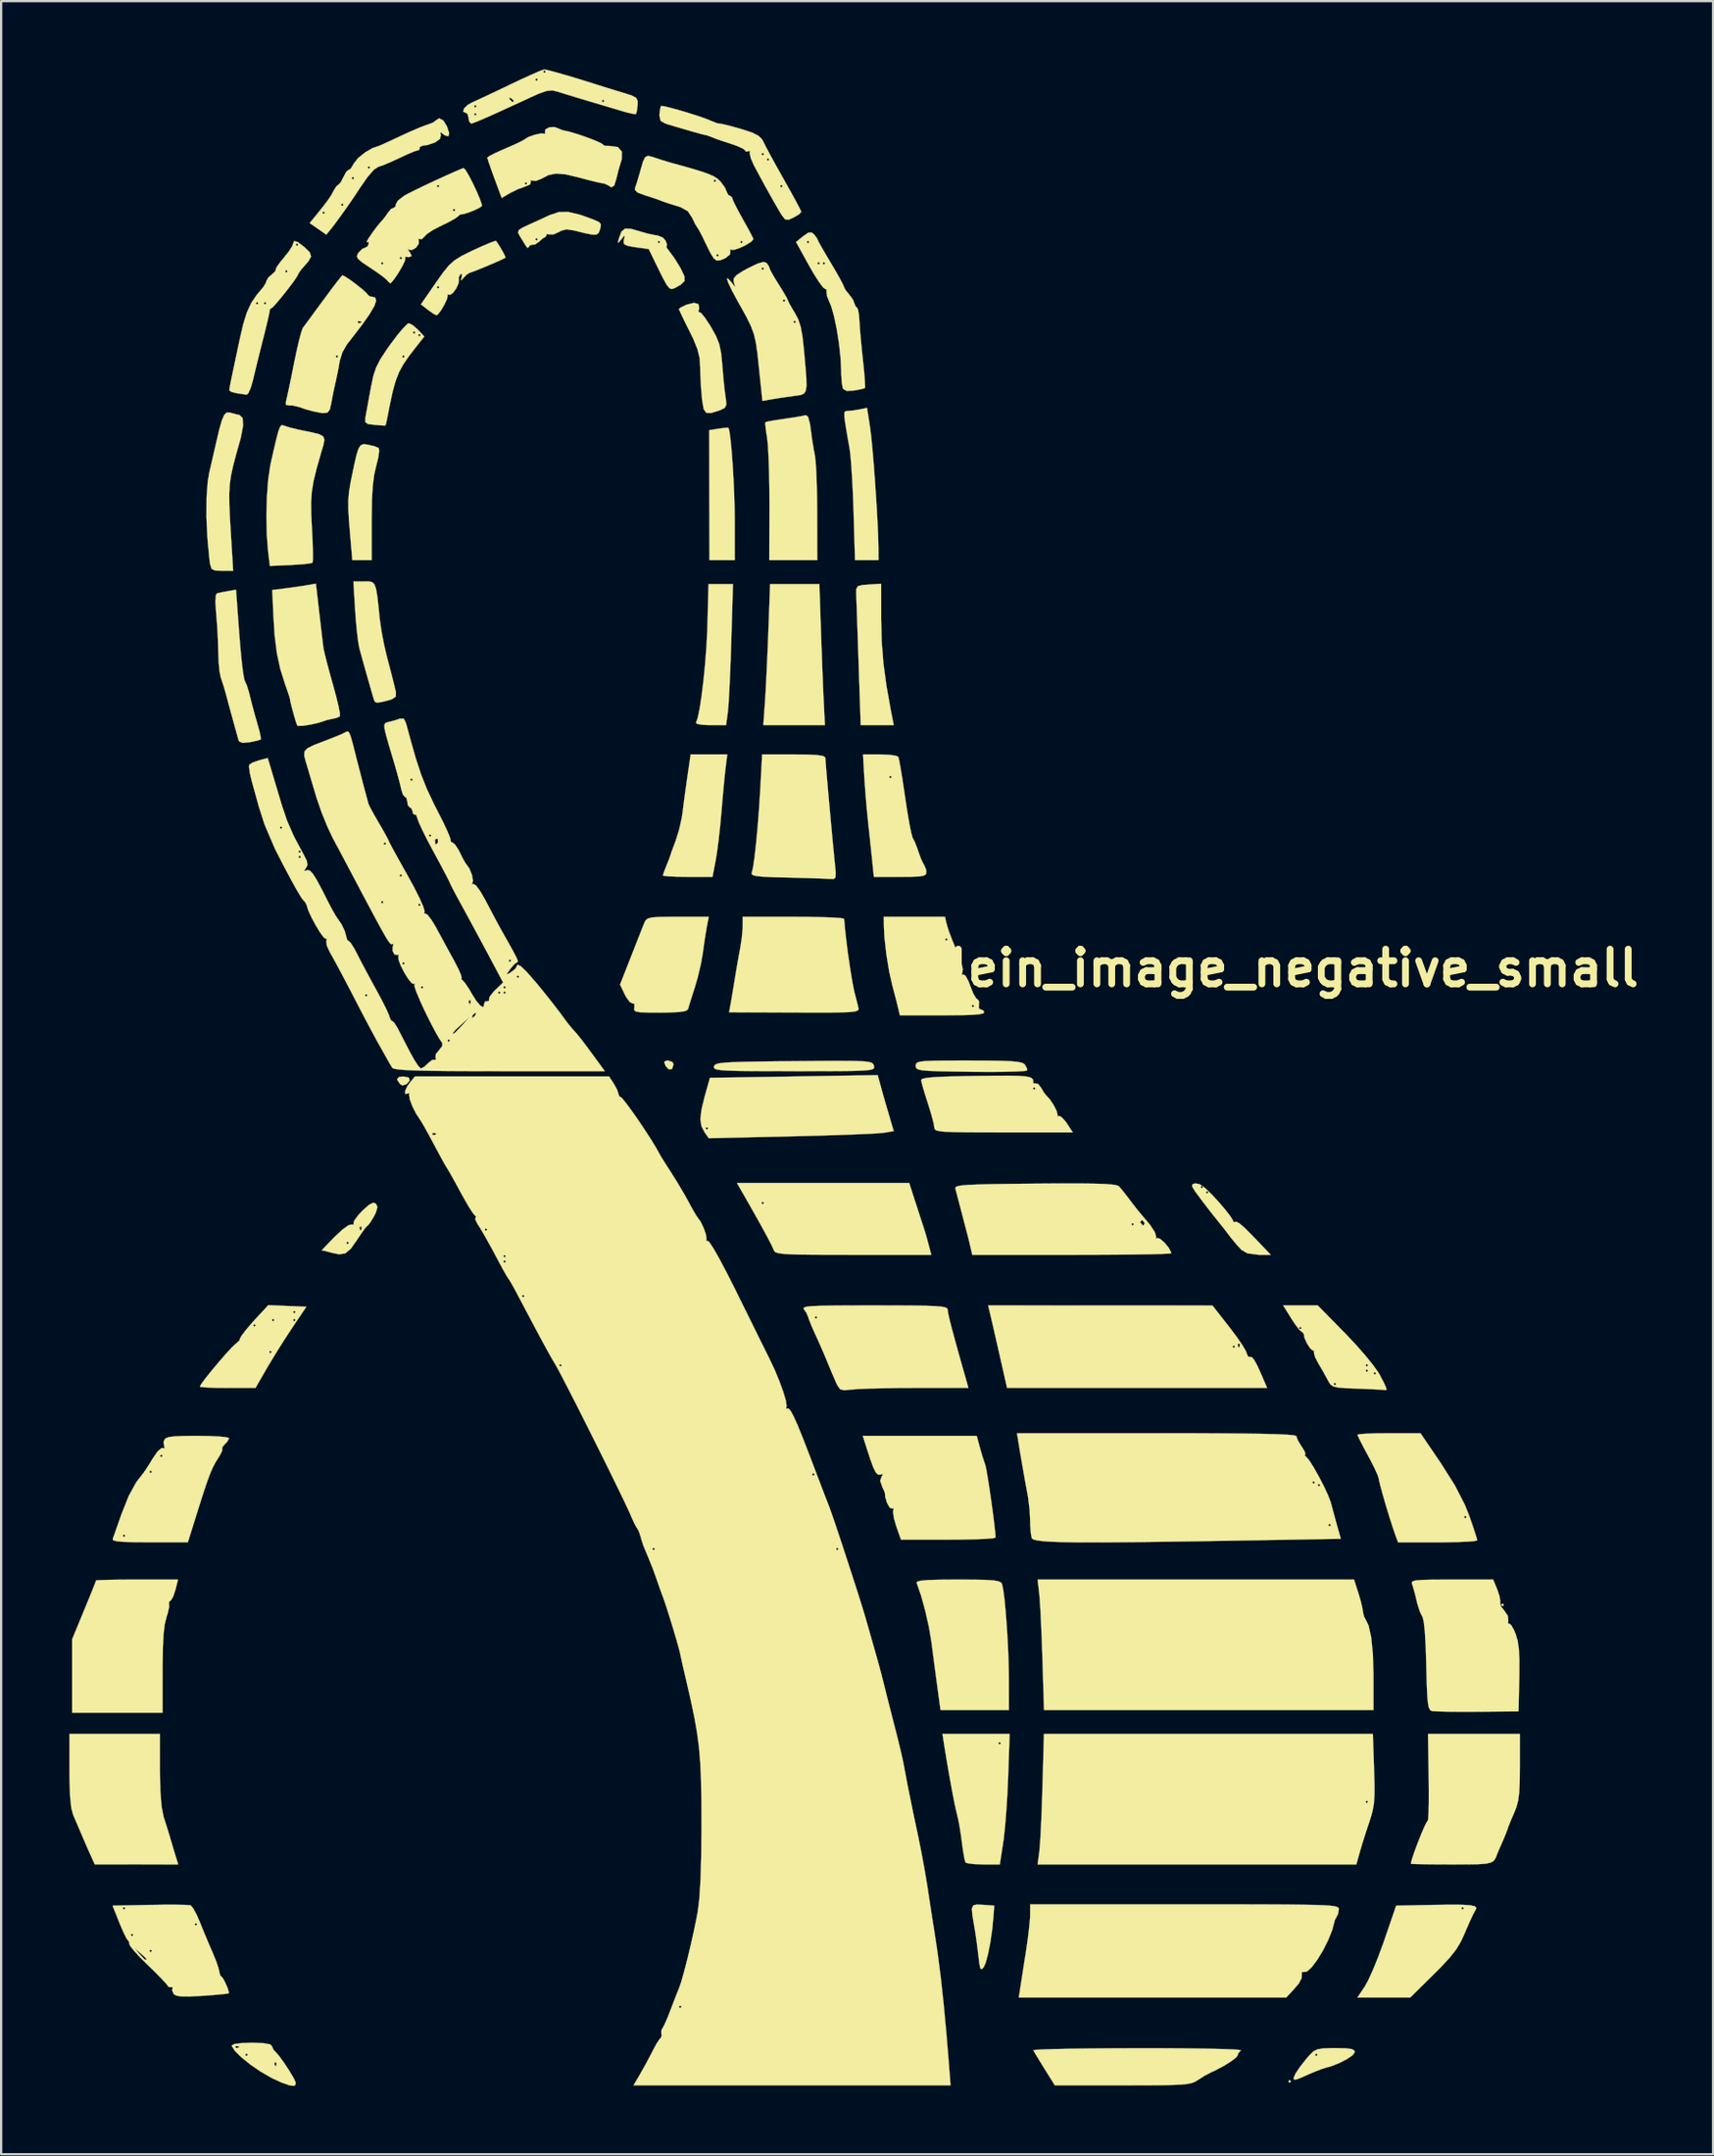
<source format=kicad_pcb>
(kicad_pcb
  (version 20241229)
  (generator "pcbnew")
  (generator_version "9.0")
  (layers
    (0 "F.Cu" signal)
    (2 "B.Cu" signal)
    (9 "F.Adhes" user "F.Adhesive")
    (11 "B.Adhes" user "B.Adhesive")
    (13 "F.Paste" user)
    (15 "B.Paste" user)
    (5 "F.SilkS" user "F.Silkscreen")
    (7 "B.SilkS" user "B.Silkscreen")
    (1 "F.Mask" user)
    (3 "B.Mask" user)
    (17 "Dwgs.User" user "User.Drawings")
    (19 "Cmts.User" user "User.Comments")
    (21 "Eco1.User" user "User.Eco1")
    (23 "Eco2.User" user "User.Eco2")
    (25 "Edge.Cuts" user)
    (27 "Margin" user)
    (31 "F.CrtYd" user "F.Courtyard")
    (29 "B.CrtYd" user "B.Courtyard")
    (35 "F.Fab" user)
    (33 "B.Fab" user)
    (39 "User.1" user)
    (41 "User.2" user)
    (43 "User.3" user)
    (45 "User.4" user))
  (footprint "klein_image_negative_small"
    (layer "F.Cu")
    (at 35.471 42.064)
    (property "Reference" "klein_image_negative_small" (at 17.78 -2.54 0) (layer "F.SilkS") (effects (font (size 1.524 1.524) (thickness 0.3))))
    (attr through_hole)
    (fp_poly (pts (xy 18.26 46.411) (xy 18.201 46.469) (xy 18.143 46.411) (xy 18.201 46.352) (xy 18.26 46.411)) (stroke (width 0.01) (type solid)) (fill yes) (layer "F.SilkS"))
    (fp_poly (pts (xy 27.624 25.459) (xy 27.565 25.517) (xy 27.507 25.459) (xy 27.565 25.4) (xy 27.624 25.459)) (stroke (width 0.01) (type solid)) (fill yes) (layer "F.SilkS"))
    (fp_poly (pts (xy -20.534 2.273) (xy -20.506 2.407) (xy -20.639 2.558) (xy -20.823 2.621) (xy -20.931 2.549) (xy -21.061 2.354) (xy -20.973 2.247) (xy -20.776 2.224) (xy -20.534 2.273)) (stroke (width 0.01) (type solid)) (fill yes) (layer "F.SilkS"))
    (fp_poly (pts (xy -8.942 1.591) (xy -8.896 1.69) (xy -8.962 1.894) (xy -9.109 1.909) (xy -9.245 1.759) (xy -9.311 1.58) (xy -9.206 1.524) (xy -9.134 1.522) (xy -8.942 1.591)) (stroke (width 0.01) (type solid)) (fill yes) (layer "F.SilkS"))
    (fp_poly (pts (xy -2.412 -17.353) (xy -2.385 -16.586) (xy -2.356 -15.815) (xy -2.328 -15.104) (xy -2.303 -14.52) (xy -2.29 -14.251) (xy -2.239 -13.227) (xy -4.946 -13.227) (xy -4.874 -14.251) (xy -4.845 -14.723) (xy -4.812 -15.362) (xy -4.777 -16.104) (xy -4.744 -16.881) (xy -4.725 -17.353) (xy -4.649 -19.43) (xy -2.483 -19.43) (xy -2.412 -17.353)) (stroke (width 0.01) (type solid)) (fill yes) (layer "F.SilkS"))
    (fp_poly (pts (xy -6.483 -26.303) (xy -6.44 -26.153) (xy -6.393 -25.812) (xy -6.345 -25.323) (xy -6.3 -24.729) (xy -6.261 -24.073) (xy -6.23 -23.399) (xy -6.21 -22.749) (xy -6.204 -22.244) (xy -6.204 -20.484) (xy -6.76 -20.484) (xy -7.316 -20.484) (xy -7.322 -23.34) (xy -7.327 -26.196) (xy -6.918 -26.263) (xy -6.641 -26.3) (xy -6.49 -26.306) (xy -6.483 -26.303)) (stroke (width 0.01) (type solid)) (fill yes) (layer "F.SilkS"))
    (fp_poly (pts (xy 0.235 -17.886) (xy 0.258 -16.915) (xy 0.332 -15.969) (xy 0.466 -14.968) (xy 0.668 -13.833) (xy 0.69 -13.724) (xy 0.788 -13.227) (xy -0.665 -13.227) (xy -0.754 -15.89) (xy -0.781 -16.681) (xy -0.806 -17.416) (xy -0.828 -18.055) (xy -0.846 -18.558) (xy -0.858 -18.884) (xy -0.861 -18.962) (xy -0.86 -19.21) (xy -0.792 -19.335) (xy -0.596 -19.386) (xy -0.322 -19.408) (xy 0.234 -19.443) (xy 0.235 -17.886)) (stroke (width 0.01) (type solid)) (fill yes) (layer "F.SilkS"))
    (fp_poly (pts (xy 4.694 38.648) (xy 4.711 38.649) (xy 5.209 38.685) (xy 5.176 39.153) (xy 5.119 39.737) (xy 5.034 40.314) (xy 4.933 40.825) (xy 4.827 41.21) (xy 4.743 41.393) (xy 4.655 41.485) (xy 4.597 41.439) (xy 4.552 41.223) (xy 4.515 40.906) (xy 4.45 40.381) (xy 4.37 39.826) (xy 4.327 39.573) (xy 4.247 39.103) (xy 4.225 38.82) (xy 4.28 38.679) (xy 4.43 38.637) (xy 4.694 38.648)) (stroke (width 0.01) (type solid)) (fill yes) (layer "F.SilkS"))
    (fp_poly (pts (xy 21.227 24.945) (xy 21.337 25.322) (xy 21.407 25.629) (xy 21.42 25.741) (xy 21.474 25.978) (xy 21.518 26.05) (xy 21.673 26.362) (xy 21.789 26.89) (xy 21.861 27.615) (xy 21.888 28.522) (xy 21.888 28.603) (xy 21.888 30.082) (xy 7.399 30.082) (xy 7.329 27.829) (xy 7.303 27.078) (xy 7.273 26.366) (xy 7.243 25.74) (xy 7.213 25.251) (xy 7.188 24.961) (xy 7.117 24.347) (xy 21.034 24.347) (xy 21.227 24.945)) (stroke (width 0.01) (type solid)) (fill yes) (layer "F.SilkS"))
    (fp_poly (pts (xy -6.358 -16.885) (xy -6.384 -16.098) (xy -6.414 -15.356) (xy -6.445 -14.703) (xy -6.475 -14.184) (xy -6.503 -13.842) (xy -6.51 -13.783) (xy -6.587 -13.227) (xy -7.28 -13.227) (xy -7.635 -13.242) (xy -7.861 -13.282) (xy -7.91 -13.329) (xy -7.829 -13.562) (xy -7.743 -13.985) (xy -7.657 -14.554) (xy -7.575 -15.226) (xy -7.503 -15.957) (xy -7.447 -16.702) (xy -7.411 -17.418) (xy -7.406 -17.587) (xy -7.358 -19.43) (xy -6.283 -19.43) (xy -6.358 -16.885)) (stroke (width 0.01) (type solid)) (fill yes) (layer "F.SilkS"))
    (fp_poly (pts (xy -31.487 32.712) (xy -31.469 33.623) (xy -31.416 34.308) (xy -31.328 34.765) (xy -31.321 34.789) (xy -31.185 35.211) (xy -31.059 35.623) (xy -31.037 35.7) (xy -30.917 36.107) (xy -30.801 36.491) (xy -30.684 36.871) (xy -32.519 36.87) (xy -34.354 36.868) (xy -34.552 36.431) (xy -34.734 36.019) (xy -34.922 35.581) (xy -34.946 35.525) (xy -35.115 35.127) (xy -35.279 34.746) (xy -35.305 34.688) (xy -35.385 34.386) (xy -35.437 33.898) (xy -35.463 33.205) (xy -35.466 32.727) (xy -35.466 31.135) (xy -31.487 31.135) (xy -31.487 32.712)) (stroke (width 0.01) (type solid)) (fill yes) (layer "F.SilkS"))
    (fp_poly (pts (xy -22.394 -25.569) (xy -22.324 -25.556) (xy -22.037 -25.486) (xy -21.863 -25.411) (xy -21.859 -25.408) (xy -21.844 -25.264) (xy -21.89 -24.965) (xy -21.973 -24.634) (xy -22.065 -24.231) (xy -22.127 -23.744) (xy -22.162 -23.125) (xy -22.174 -22.327) (xy -22.175 -22.21) (xy -22.175 -20.484) (xy -23.024 -20.484) (xy -23.118 -21.567) (xy -23.172 -22.232) (xy -23.201 -22.727) (xy -23.202 -23.114) (xy -23.174 -23.455) (xy -23.117 -23.813) (xy -23.07 -24.054) (xy -22.94 -24.683) (xy -22.839 -25.116) (xy -22.751 -25.387) (xy -22.659 -25.53) (xy -22.545 -25.58) (xy -22.394 -25.569)) (stroke (width 0.01) (type solid)) (fill yes) (layer "F.SilkS"))
    (fp_poly (pts (xy -30.811 24.815) (xy -30.909 25.106) (xy -31.01 25.27) (xy -31.04 25.283) (xy -31.1 25.354) (xy -31.085 25.388) (xy -31.081 25.553) (xy -31.149 25.846) (xy -31.195 25.988) (xy -31.272 26.294) (xy -31.325 26.728) (xy -31.356 27.322) (xy -31.369 28.109) (xy -31.37 28.341) (xy -31.37 30.199) (xy -35.349 30.199) (xy -35.349 26.974) (xy -34.823 25.699) (xy -34.617 25.198) (xy -34.449 24.783) (xy -34.336 24.498) (xy -34.296 24.385) (xy -34.185 24.372) (xy -33.881 24.361) (xy -33.422 24.352) (xy -32.849 24.347) (xy -32.494 24.347) (xy -30.692 24.347) (xy -30.811 24.815)) (stroke (width 0.01) (type solid)) (fill yes) (layer "F.SilkS"))
    (fp_poly (pts (xy -0.252 -26.318) (xy -0.202 -25.913) (xy -0.145 -25.328) (xy -0.086 -24.617) (xy -0.028 -23.835) (xy 0.025 -23.036) (xy 0.069 -22.273) (xy 0.1 -21.602) (xy 0.115 -21.075) (xy 0.116 -20.981) (xy 0.117 -20.484) (xy -0.914 -20.484) (xy -0.977 -22.62) (xy -1.004 -23.356) (xy -1.039 -24.059) (xy -1.079 -24.676) (xy -1.121 -25.154) (xy -1.154 -25.4) (xy -1.268 -26.043) (xy -1.342 -26.491) (xy -1.381 -26.78) (xy -1.385 -26.943) (xy -1.357 -27.018) (xy -1.3 -27.038) (xy -1.259 -27.039) (xy -1.019 -27.061) (xy -0.735 -27.108) (xy -0.387 -27.178) (xy -0.252 -26.318)) (stroke (width 0.01) (type solid)) (fill yes) (layer "F.SilkS"))
    (fp_poly (pts (xy 21.914 32.686) (xy 21.933 33.349) (xy 21.931 33.838) (xy 21.905 34.213) (xy 21.847 34.533) (xy 21.754 34.858) (xy 21.708 34.998) (xy 21.543 35.494) (xy 21.385 35.996) (xy 21.291 36.315) (xy 21.135 36.871) (xy 7.117 36.871) (xy 7.191 36.315) (xy 7.218 36.023) (xy 7.248 35.545) (xy 7.278 34.928) (xy 7.306 34.219) (xy 7.309 34.12) (xy 21.537 34.12) (xy 21.596 34.179) (xy 21.654 34.12) (xy 21.596 34.062) (xy 21.537 34.12) (xy 7.309 34.12) (xy 7.33 33.466) (xy 7.331 33.447) (xy 7.395 31.135) (xy 21.861 31.135) (xy 21.914 32.686)) (stroke (width 0.01) (type solid)) (fill yes) (layer "F.SilkS"))
    (fp_poly (pts (xy -2.979 -26.782) (xy -2.897 -26.478) (xy -2.864 -26.242) (xy -2.8 -25.769) (xy -2.723 -25.306) (xy -2.683 -25.107) (xy -2.649 -24.837) (xy -2.62 -24.381) (xy -2.597 -23.79) (xy -2.582 -23.112) (xy -2.578 -22.562) (xy -2.575 -20.484) (xy -4.683 -20.484) (xy -4.677 -22.854) (xy -4.681 -23.624) (xy -4.694 -24.357) (xy -4.717 -25.006) (xy -4.745 -25.521) (xy -4.779 -25.853) (xy -4.782 -25.868) (xy -4.837 -26.226) (xy -4.862 -26.475) (xy -4.858 -26.548) (xy -4.734 -26.581) (xy -4.44 -26.633) (xy -4.039 -26.694) (xy -4.021 -26.696) (xy -3.598 -26.759) (xy -3.259 -26.817) (xy -3.08 -26.858) (xy -2.979 -26.782)) (stroke (width 0.01) (type solid)) (fill yes) (layer "F.SilkS"))
    (fp_poly (pts (xy 0.228 2.692) (xy 0.344 3.109) (xy 0.489 3.611) (xy 0.58 3.921) (xy 0.787 4.624) (xy 0.364 4.697) (xy 0.144 4.718) (xy -0.278 4.742) (xy -0.869 4.768) (xy -1.597 4.795) (xy -2.428 4.821) (xy -3.33 4.845) (xy -3.702 4.854) (xy -7.346 4.937) (xy -7.536 4.666) (xy -7.618 4.506) (xy -7.491 4.506) (xy -7.433 4.565) (xy -7.374 4.506) (xy -7.433 4.448) (xy -7.491 4.506) (xy -7.618 4.506) (xy -7.67 4.404) (xy -7.714 4.092) (xy -7.666 3.676) (xy -7.527 3.104) (xy -7.509 3.043) (xy -7.295 2.282) (xy -3.606 2.224) (xy 0.083 2.165) (xy 0.228 2.692)) (stroke (width 0.01) (type solid)) (fill yes) (layer "F.SilkS"))
    (fp_poly (pts (xy 4.906 1.525) (xy 5.525 1.535) (xy 5.969 1.554) (xy 6.267 1.584) (xy 6.45 1.628) (xy 6.546 1.687) (xy 6.552 1.693) (xy 6.653 1.879) (xy 6.654 1.957) (xy 6.53 1.983) (xy 6.207 2.003) (xy 5.721 2.016) (xy 5.106 2.022) (xy 4.398 2.019) (xy 4.185 2.017) (xy 3.372 2.005) (xy 2.765 1.993) (xy 2.332 1.976) (xy 2.045 1.951) (xy 1.873 1.916) (xy 1.787 1.866) (xy 1.758 1.8) (xy 1.756 1.753) (xy 1.765 1.674) (xy 1.815 1.616) (xy 1.934 1.574) (xy 2.153 1.547) (xy 2.503 1.532) (xy 3.013 1.524) (xy 3.714 1.522) (xy 4.082 1.522) (xy 4.906 1.525)) (stroke (width 0.01) (type solid)) (fill yes) (layer "F.SilkS"))
    (fp_poly (pts (xy 4.32 24.349) (xy 4.833 24.36) (xy 5.179 24.382) (xy 5.392 24.419) (xy 5.506 24.473) (xy 5.548 24.533) (xy 5.602 24.776) (xy 5.658 25.207) (xy 5.712 25.777) (xy 5.763 26.439) (xy 5.804 27.146) (xy 5.835 27.851) (xy 5.85 28.507) (xy 5.852 28.707) (xy 5.853 30.082) (xy 2.847 30.082) (xy 2.707 29.058) (xy 2.623 28.432) (xy 2.532 27.746) (xy 2.453 27.139) (xy 2.448 27.097) (xy 2.338 26.444) (xy 2.176 25.727) (xy 1.988 25.043) (xy 1.797 24.494) (xy 1.796 24.493) (xy 1.824 24.436) (xy 1.98 24.395) (xy 2.288 24.367) (xy 2.774 24.352) (xy 3.465 24.347) (xy 3.606 24.347) (xy 4.32 24.349)) (stroke (width 0.01) (type solid)) (fill yes) (layer "F.SilkS"))
    (fp_poly (pts (xy -6.604 -11.383) (xy -6.643 -11.04) (xy -6.692 -10.536) (xy -6.745 -9.943) (xy -6.789 -9.423) (xy -6.848 -8.785) (xy -6.918 -8.151) (xy -6.99 -7.604) (xy -7.043 -7.286) (xy -7.183 -6.555) (xy -8.274 -6.555) (xy -8.746 -6.561) (xy -9.116 -6.578) (xy -9.33 -6.602) (xy -9.364 -6.617) (xy -9.323 -6.756) (xy -9.221 -7.02) (xy -9.194 -7.087) (xy -9.085 -7.357) (xy -9.03 -7.511) (xy -9.028 -7.523) (xy -8.992 -7.637) (xy -8.894 -7.902) (xy -8.805 -8.135) (xy -8.652 -8.619) (xy -8.533 -9.157) (xy -8.502 -9.364) (xy -8.447 -9.804) (xy -8.372 -10.361) (xy -8.293 -10.923) (xy -8.285 -10.974) (xy -8.144 -11.939) (xy -6.533 -11.939) (xy -6.604 -11.383)) (stroke (width 0.01) (type solid)) (fill yes) (layer "F.SilkS"))
    (fp_poly (pts (xy 1.743 7.755) (xy 1.89 8.21) (xy 2.021 8.613) (xy 2.11 8.882) (xy 2.114 8.896) (xy 2.211 9.211) (xy 2.316 9.59) (xy 2.325 9.627) (xy 2.439 10.066) (xy -0.991 10.066) (xy -1.98 10.065) (xy -2.761 10.062) (xy -3.358 10.054) (xy -3.796 10.04) (xy -4.101 10.02) (xy -4.298 9.99) (xy -4.412 9.95) (xy -4.469 9.899) (xy -4.486 9.862) (xy -4.578 9.652) (xy -4.778 9.266) (xy -5.089 8.698) (xy -5.516 7.941) (xy -5.605 7.784) (xy -5.033 7.784) (xy -4.975 7.842) (xy -4.916 7.784) (xy -4.975 7.725) (xy -5.033 7.784) (xy -5.605 7.784) (xy -5.789 7.462) (xy -6.107 6.906) (xy 1.469 6.906) (xy 1.743 7.755)) (stroke (width 0.01) (type solid)) (fill yes) (layer "F.SilkS"))
    (fp_poly (pts (xy 20.666 44.957) (xy 20.931 44.99) (xy 21.05 45.057) (xy 21.069 45.127) (xy 20.969 45.263) (xy 20.714 45.437) (xy 20.37 45.613) (xy 20.004 45.755) (xy 19.793 45.811) (xy 19.583 45.878) (xy 19.252 46.008) (xy 19.04 46.1) (xy 18.678 46.259) (xy 18.479 46.332) (xy 18.395 46.333) (xy 18.377 46.272) (xy 18.377 46.261) (xy 18.45 46.085) (xy 18.644 45.793) (xy 18.919 45.44) (xy 19.066 45.269) (xy 19.096 45.24) (xy 19.313 45.24) (xy 19.372 45.299) (xy 19.43 45.24) (xy 19.372 45.182) (xy 19.313 45.24) (xy 19.096 45.24) (xy 19.236 45.101) (xy 19.417 45.005) (xy 19.678 44.96) (xy 20.089 44.948) (xy 20.211 44.947) (xy 20.666 44.957)) (stroke (width 0.01) (type solid)) (fill yes) (layer "F.SilkS"))
    (fp_poly (pts (xy 25.797 38.646) (xy 26.151 38.669) (xy 26.348 38.713) (xy 26.415 38.782) (xy 26.377 38.88) (xy 26.369 38.891) (xy 26.272 39.066) (xy 26.12 39.391) (xy 25.942 39.801) (xy 25.92 39.856) (xy 25.739 40.253) (xy 25.532 40.601) (xy 25.257 40.954) (xy 24.874 41.368) (xy 24.544 41.699) (xy 23.506 42.724) (xy 21.183 42.724) (xy 21.506 42.242) (xy 21.666 41.95) (xy 21.872 41.493) (xy 22.1 40.931) (xy 22.324 40.323) (xy 22.359 40.223) (xy 22.847 38.802) (xy 25.751 38.802) (xy 25.81 38.861) (xy 25.868 38.802) (xy 25.81 38.744) (xy 25.751 38.802) (xy 22.847 38.802) (xy 22.887 38.685) (xy 24.518 38.653) (xy 25.262 38.642) (xy 25.797 38.646)) (stroke (width 0.01) (type solid)) (fill yes) (layer "F.SilkS"))
    (fp_poly (pts (xy 5.819 33.038) (xy 5.786 33.775) (xy 5.739 34.517) (xy 5.684 35.195) (xy 5.627 35.737) (xy 5.603 35.905) (xy 5.454 36.871) (xy 4.724 36.871) (xy 4.335 36.858) (xy 4.051 36.824) (xy 3.943 36.783) (xy 3.9 36.626) (xy 3.845 36.316) (xy 3.807 36.052) (xy 3.738 35.543) (xy 3.681 35.177) (xy 3.619 34.864) (xy 3.536 34.516) (xy 3.525 34.471) (xy 3.453 34.142) (xy 3.356 33.641) (xy 3.244 33.027) (xy 3.128 32.358) (xy 3.019 31.695) (xy 2.996 31.545) (xy 5.384 31.545) (xy 5.443 31.604) (xy 5.501 31.545) (xy 5.443 31.487) (xy 5.384 31.545) (xy 2.996 31.545) (xy 2.982 31.457) (xy 2.932 31.135) (xy 5.885 31.135) (xy 5.819 33.038)) (stroke (width 0.01) (type solid)) (fill yes) (layer "F.SilkS"))
    (fp_poly (pts (xy -28.41 -26.969) (xy -28.12 -26.892) (xy -27.99 -26.866) (xy -27.851 -26.734) (xy -27.828 -26.41) (xy -27.921 -25.904) (xy -27.962 -25.751) (xy -28.138 -25.122) (xy -28.27 -24.622) (xy -28.361 -24.202) (xy -28.416 -23.812) (xy -28.439 -23.401) (xy -28.434 -22.918) (xy -28.407 -22.314) (xy -28.361 -21.538) (xy -28.348 -21.332) (xy -28.267 -20.016) (xy -28.758 -20.016) (xy -29.066 -20.027) (xy -29.217 -20.103) (xy -29.282 -20.31) (xy -29.309 -20.513) (xy -29.398 -21.449) (xy -29.441 -22.365) (xy -29.437 -23.206) (xy -29.387 -23.916) (xy -29.316 -24.338) (xy -29.2 -24.836) (xy -29.085 -25.331) (xy -29.016 -25.634) (xy -28.875 -26.232) (xy -28.761 -26.632) (xy -28.66 -26.867) (xy -28.556 -26.971) (xy -28.435 -26.977) (xy -28.41 -26.969)) (stroke (width 0.01) (type solid)) (fill yes) (layer "F.SilkS"))
    (fp_poly (pts (xy -22.299 -19.546) (xy -22.155 -19.517) (xy -22.055 -19.424) (xy -21.985 -19.234) (xy -21.928 -18.908) (xy -21.872 -18.413) (xy -21.821 -17.909) (xy -21.747 -17.39) (xy -21.633 -16.785) (xy -21.512 -16.27) (xy -21.367 -15.716) (xy -21.264 -15.318) (xy -21.186 -15.006) (xy -21.115 -14.71) (xy -21.107 -14.676) (xy -21.114 -14.48) (xy -21.291 -14.363) (xy -21.38 -14.336) (xy -21.745 -14.241) (xy -21.944 -14.216) (xy -22.035 -14.258) (xy -22.064 -14.319) (xy -22.13 -14.536) (xy -22.238 -14.911) (xy -22.37 -15.373) (xy -22.505 -15.854) (xy -22.626 -16.286) (xy -22.711 -16.598) (xy -22.717 -16.621) (xy -22.769 -16.91) (xy -22.824 -17.363) (xy -22.874 -17.907) (xy -22.901 -18.289) (xy -22.978 -19.547) (xy -22.502 -19.547) (xy -22.299 -19.546)) (stroke (width 0.01) (type solid)) (fill yes) (layer "F.SilkS"))
    (fp_poly (pts (xy 14.807 12.294) (xy 15.562 13.258) (xy 15.877 13.677) (xy 16.128 14.044) (xy 16.283 14.311) (xy 16.319 14.413) (xy 16.382 14.552) (xy 16.45 14.555) (xy 16.538 14.565) (xy 16.642 14.684) (xy 16.783 14.945) (xy 16.98 15.382) (xy 17.047 15.538) (xy 17.21 15.919) (xy 5.773 15.919) (xy 5.462 14.544) (xy 5.363 14.105) (xy 15.685 14.105) (xy 15.743 14.163) (xy 15.802 14.105) (xy 15.743 14.046) (xy 15.919 14.046) (xy 15.962 14.142) (xy 15.997 14.124) (xy 16.011 13.985) (xy 15.997 13.968) (xy 15.927 13.984) (xy 15.919 14.046) (xy 15.743 14.046) (xy 15.685 14.105) (xy 5.363 14.105) (xy 5.329 13.959) (xy 5.205 13.415) (xy 5.104 12.977) (xy 5.046 12.729) (xy 4.941 12.29) (xy 14.807 12.294)) (stroke (width 0.01) (type solid)) (fill yes) (layer "F.SilkS"))
    (fp_poly (pts (xy -1.24 1.537) (xy -0.8 1.545) (xy -0.492 1.561) (xy -0.293 1.587) (xy -0.176 1.624) (xy -0.116 1.674) (xy -0.088 1.738) (xy -0.084 1.754) (xy -0.072 1.821) (xy -0.092 1.873) (xy -0.167 1.914) (xy -0.321 1.943) (xy -0.58 1.964) (xy -0.965 1.978) (xy -1.503 1.985) (xy -2.216 1.989) (xy -3.128 1.99) (xy -3.59 1.99) (xy -4.598 1.989) (xy -5.396 1.986) (xy -6.009 1.979) (xy -6.459 1.967) (xy -6.771 1.948) (xy -6.969 1.922) (xy -7.076 1.886) (xy -7.118 1.839) (xy -7.118 1.785) (xy -7.092 1.726) (xy -7.021 1.679) (xy -6.882 1.643) (xy -6.649 1.615) (xy -6.297 1.594) (xy -5.802 1.578) (xy -5.139 1.566) (xy -4.283 1.556) (xy -3.612 1.549) (xy -2.621 1.541) (xy -1.839 1.536) (xy -1.24 1.537)) (stroke (width 0.01) (type solid)) (fill yes) (layer "F.SilkS"))
    (fp_poly (pts (xy -26.007 -26.389) (xy -25.767 -26.312) (xy -25.422 -26.227) (xy -25.341 -26.21) (xy -24.812 -26.103) (xy -24.477 -26.019) (xy -24.302 -25.92) (xy -24.253 -25.773) (xy -24.298 -25.541) (xy -24.397 -25.209) (xy -24.595 -24.512) (xy -24.729 -23.965) (xy -24.807 -23.492) (xy -24.838 -23.022) (xy -24.831 -22.479) (xy -24.801 -21.889) (xy -24.773 -21.329) (xy -24.759 -20.858) (xy -24.758 -20.523) (xy -24.773 -20.371) (xy -24.775 -20.368) (xy -24.912 -20.335) (xy -25.221 -20.301) (xy -25.643 -20.273) (xy -25.743 -20.268) (xy -26.652 -20.227) (xy -26.727 -20.853) (xy -26.786 -21.591) (xy -26.803 -22.418) (xy -26.782 -23.258) (xy -26.723 -24.032) (xy -26.63 -24.664) (xy -26.614 -24.739) (xy -26.463 -25.402) (xy -26.351 -25.869) (xy -26.269 -26.172) (xy -26.203 -26.342) (xy -26.143 -26.413) (xy -26.075 -26.415) (xy -26.007 -26.389)) (stroke (width 0.01) (type solid)) (fill yes) (layer "F.SilkS"))
    (fp_poly (pts (xy -7.433 -4.36) (xy -7.495 -3.992) (xy -7.566 -3.52) (xy -7.606 -3.219) (xy -7.693 -2.726) (xy -7.829 -2.151) (xy -7.96 -1.697) (xy -8.095 -1.276) (xy -8.203 -0.934) (xy -8.262 -0.739) (xy -8.264 -0.732) (xy -8.365 -0.658) (xy -8.638 -0.612) (xy -9.107 -0.589) (xy -9.491 -0.585) (xy -10.027 -0.588) (xy -10.368 -0.602) (xy -10.555 -0.635) (xy -10.628 -0.695) (xy -10.625 -0.79) (xy -10.62 -0.811) (xy -10.621 -0.976) (xy -10.694 -0.987) (xy -10.821 -1.051) (xy -10.981 -1.27) (xy -11.038 -1.378) (xy -11.248 -1.819) (xy -10.768 -3.046) (xy -10.563 -3.568) (xy -10.38 -4.031) (xy -10.243 -4.379) (xy -10.179 -4.536) (xy -10.121 -4.648) (xy -10.027 -4.723) (xy -9.855 -4.768) (xy -9.561 -4.791) (xy -9.103 -4.798) (xy -8.71 -4.799) (xy -7.348 -4.799) (xy -7.433 -4.36)) (stroke (width 0.01) (type solid)) (fill yes) (layer "F.SilkS"))
    (fp_poly (pts (xy -2.935 -4.795) (xy -2.329 -4.782) (xy -1.847 -4.764) (xy -1.524 -4.74) (xy -1.396 -4.713) (xy -1.396 -4.711) (xy -1.379 -4.541) (xy -1.355 -4.272) (xy -1.298 -3.75) (xy -1.22 -3.147) (xy -1.13 -2.535) (xy -1.04 -1.985) (xy -0.96 -1.57) (xy -0.935 -1.463) (xy -0.844 -1.112) (xy -0.774 -0.83) (xy -0.764 -0.787) (xy -0.761 -0.722) (xy -0.805 -0.672) (xy -0.923 -0.636) (xy -1.14 -0.611) (xy -1.485 -0.596) (xy -1.982 -0.588) (xy -2.659 -0.587) (xy -3.543 -0.589) (xy -3.584 -0.589) (xy -6.453 -0.601) (xy -6.395 -0.915) (xy -6.346 -1.19) (xy -6.277 -1.605) (xy -6.204 -2.048) (xy -6.118 -2.566) (xy -6.027 -3.086) (xy -5.962 -3.433) (xy -5.895 -3.866) (xy -5.856 -4.28) (xy -5.853 -4.398) (xy -5.853 -4.799) (xy -3.629 -4.799) (xy -2.935 -4.795)) (stroke (width 0.01) (type solid)) (fill yes) (layer "F.SilkS"))
    (fp_poly (pts (xy -2.98 -11.932) (xy -2.556 -11.909) (xy -2.312 -11.868) (xy -2.223 -11.805) (xy -2.221 -11.793) (xy -2.21 -11.621) (xy -2.18 -11.262) (xy -2.137 -10.758) (xy -2.084 -10.157) (xy -2.025 -9.501) (xy -1.964 -8.837) (xy -1.906 -8.208) (xy -1.854 -7.66) (xy -1.812 -7.238) (xy -1.799 -7.111) (xy -1.764 -6.734) (xy -1.773 -6.536) (xy -1.844 -6.463) (xy -1.993 -6.462) (xy -2.005 -6.463) (xy -2.221 -6.475) (xy -2.619 -6.49) (xy -3.147 -6.506) (xy -3.752 -6.522) (xy -3.903 -6.525) (xy -4.552 -6.543) (xy -4.999 -6.564) (xy -5.279 -6.595) (xy -5.422 -6.638) (xy -5.463 -6.7) (xy -5.454 -6.743) (xy -5.397 -6.988) (xy -5.333 -7.427) (xy -5.266 -8.018) (xy -5.2 -8.721) (xy -5.139 -9.496) (xy -5.087 -10.302) (xy -5.079 -10.447) (xy -4.999 -11.939) (xy -3.611 -11.939) (xy -2.98 -11.932)) (stroke (width 0.01) (type solid)) (fill yes) (layer "F.SilkS"))
    (fp_poly (pts (xy 12.601 44.954) (xy 13.552 44.96) (xy 14.382 44.97) (xy 15.069 44.984) (xy 15.591 45.001) (xy 15.928 45.021) (xy 16.057 45.043) (xy 16.055 45.049) (xy 15.93 45.192) (xy 15.924 45.251) (xy 15.845 45.364) (xy 15.612 45.541) (xy 15.284 45.744) (xy 14.918 45.936) (xy 14.762 46.006) (xy 14.464 46.161) (xy 14.159 46.355) (xy 14.046 46.426) (xy 13.91 46.481) (xy 13.721 46.522) (xy 13.451 46.55) (xy 13.069 46.569) (xy 12.545 46.58) (xy 11.85 46.585) (xy 10.953 46.586) (xy 10.855 46.586) (xy 7.876 46.586) (xy 7.42 45.858) (xy 7.193 45.491) (xy 7.018 45.203) (xy 6.93 45.05) (xy 6.927 45.043) (xy 7.032 45.025) (xy 7.346 45.007) (xy 7.845 44.991) (xy 8.504 44.977) (xy 9.3 44.966) (xy 10.206 44.958) (xy 11.199 44.954) (xy 11.551 44.953) (xy 12.601 44.954)) (stroke (width 0.01) (type solid)) (fill yes) (layer "F.SilkS"))
    (fp_poly (pts (xy -24.481 -18.181) (xy -24.417 -17.631) (xy -24.359 -17.141) (xy -24.315 -16.775) (xy -24.296 -16.621) (xy -24.248 -16.394) (xy -24.149 -16.001) (xy -24.014 -15.498) (xy -23.877 -15.007) (xy -23.734 -14.484) (xy -23.629 -14.046) (xy -23.571 -13.739) (xy -23.571 -13.612) (xy -23.74 -13.537) (xy -23.849 -13.516) (xy -24.135 -13.454) (xy -24.229 -13.422) (xy -24.515 -13.33) (xy -24.858 -13.252) (xy -25.179 -13.201) (xy -25.399 -13.192) (xy -25.447 -13.21) (xy -25.5 -13.353) (xy -25.582 -13.625) (xy -25.669 -13.941) (xy -25.738 -14.215) (xy -25.766 -14.362) (xy -25.765 -14.367) (xy -25.795 -14.484) (xy -25.885 -14.753) (xy -25.976 -15.011) (xy -26.192 -15.694) (xy -26.342 -16.385) (xy -26.44 -17.164) (xy -26.493 -17.983) (xy -26.547 -19.169) (xy -25.944 -19.245) (xy -25.514 -19.303) (xy -25.119 -19.362) (xy -24.984 -19.385) (xy -24.627 -19.448) (xy -24.481 -18.181)) (stroke (width 0.01) (type solid)) (fill yes) (layer "F.SilkS"))
    (fp_poly (pts (xy -7.8 -31.738) (xy -7.767 -31.555) (xy -7.782 -31.508) (xy -7.807 -31.387) (xy -7.774 -31.398) (xy -7.681 -31.346) (xy -7.508 -31.133) (xy -7.29 -30.804) (xy -7.259 -30.751) (xy -7.032 -30.345) (xy -6.891 -29.996) (xy -6.808 -29.61) (xy -6.755 -29.093) (xy -6.75 -29.029) (xy -6.707 -28.508) (xy -6.658 -28.024) (xy -6.612 -27.665) (xy -6.603 -27.611) (xy -6.572 -27.324) (xy -6.647 -27.173) (xy -6.878 -27.066) (xy -6.911 -27.055) (xy -7.253 -26.951) (xy -7.457 -26.961) (xy -7.568 -27.12) (xy -7.631 -27.465) (xy -7.65 -27.641) (xy -7.693 -28.165) (xy -7.72 -28.716) (xy -7.725 -28.99) (xy -7.751 -29.378) (xy -7.845 -29.759) (xy -8.029 -30.212) (xy -8.194 -30.55) (xy -8.402 -30.969) (xy -8.562 -31.301) (xy -8.651 -31.498) (xy -8.662 -31.528) (xy -8.566 -31.6) (xy -8.335 -31.711) (xy -8.318 -31.718) (xy -7.996 -31.797) (xy -7.8 -31.738)) (stroke (width 0.01) (type solid)) (fill yes) (layer "F.SilkS"))
    (fp_poly (pts (xy 15.009 38.627) (xy 16.224 38.628) (xy 17.24 38.631) (xy 18.076 38.635) (xy 18.748 38.643) (xy 19.274 38.653) (xy 19.672 38.667) (xy 19.96 38.685) (xy 20.156 38.708) (xy 20.276 38.737) (xy 20.34 38.771) (xy 20.364 38.812) (xy 20.367 38.841) (xy 20.327 39.066) (xy 20.285 39.137) (xy 20.189 39.321) (xy 20.18 39.362) (xy 20.073 39.762) (xy 19.892 40.21) (xy 19.664 40.661) (xy 19.415 41.07) (xy 19.174 41.391) (xy 18.966 41.581) (xy 18.829 41.602) (xy 18.74 41.603) (xy 18.739 41.632) (xy 18.733 41.864) (xy 18.606 42.106) (xy 18.389 42.36) (xy 18.049 42.724) (xy 6.29 42.724) (xy 6.357 42.285) (xy 6.405 41.976) (xy 6.477 41.513) (xy 6.561 40.973) (xy 6.607 40.685) (xy 6.686 40.134) (xy 6.748 39.618) (xy 6.784 39.216) (xy 6.789 39.076) (xy 6.789 38.627) (xy 13.578 38.627) (xy 15.009 38.627)) (stroke (width 0.01) (type solid)) (fill yes) (layer "F.SilkS"))
    (fp_poly (pts (xy 24.851 19.226) (xy 25.463 20.193) (xy 25.906 21.054) (xy 26.099 21.537) (xy 26.256 21.988) (xy 26.377 22.353) (xy 26.445 22.579) (xy 26.453 22.62) (xy 26.343 22.651) (xy 26.039 22.677) (xy 25.583 22.696) (xy 25.014 22.707) (xy 24.712 22.708) (xy 22.97 22.708) (xy 22.852 22.386) (xy 22.733 22.04) (xy 22.591 21.596) (xy 25.868 21.596) (xy 25.927 21.654) (xy 25.985 21.596) (xy 25.927 21.537) (xy 25.868 21.596) (xy 22.591 21.596) (xy 22.59 21.593) (xy 22.441 21.105) (xy 22.304 20.633) (xy 22.195 20.237) (xy 22.132 19.975) (xy 22.123 19.911) (xy 22.069 19.745) (xy 21.928 19.433) (xy 21.725 19.035) (xy 21.654 18.904) (xy 21.44 18.503) (xy 21.277 18.184) (xy 21.192 18) (xy 21.186 17.977) (xy 21.296 17.951) (xy 21.594 17.929) (xy 22.035 17.914) (xy 22.571 17.909) (xy 23.956 17.909) (xy 24.851 19.226)) (stroke (width 0.01) (type solid)) (fill yes) (layer "F.SilkS"))
    (fp_poly (pts (xy 26.307 31.135) (xy 28.326 31.135) (xy 28.326 32.589) (xy 28.32 33.239) (xy 28.298 33.713) (xy 28.252 34.066) (xy 28.174 34.356) (xy 28.074 34.608) (xy 27.926 34.95) (xy 27.823 35.208) (xy 27.796 35.291) (xy 27.735 35.463) (xy 27.614 35.756) (xy 27.561 35.876) (xy 27.429 36.174) (xy 27.345 36.371) (xy 27.332 36.403) (xy 27.266 36.579) (xy 27.187 36.704) (xy 27.059 36.787) (xy 26.845 36.837) (xy 26.507 36.862) (xy 26.008 36.87) (xy 25.329 36.871) (xy 24.71 36.869) (xy 24.183 36.864) (xy 23.788 36.857) (xy 23.565 36.847) (xy 23.53 36.842) (xy 23.58 36.642) (xy 23.687 36.322) (xy 23.829 35.941) (xy 23.981 35.556) (xy 24.122 35.227) (xy 24.227 35.012) (xy 24.271 34.962) (xy 24.295 34.878) (xy 24.312 34.596) (xy 24.322 34.152) (xy 24.323 33.584) (xy 24.318 33.087) (xy 24.288 31.135) (xy 26.307 31.135)) (stroke (width 0.01) (type solid)) (fill yes) (layer "F.SilkS"))
    (fp_poly (pts (xy -27.998 -17.238) (xy -27.944 -16.582) (xy -27.887 -16.005) (xy -27.831 -15.548) (xy -27.781 -15.255) (xy -27.753 -15.168) (xy -27.666 -14.983) (xy -27.568 -14.665) (xy -27.531 -14.514) (xy -27.425 -14.092) (xy -27.289 -13.591) (xy -27.207 -13.312) (xy -27.107 -12.949) (xy -27.052 -12.688) (xy -27.051 -12.596) (xy -27.185 -12.551) (xy -27.46 -12.49) (xy -27.538 -12.476) (xy -27.861 -12.447) (xy -28.01 -12.517) (xy -28.023 -12.548) (xy -28.092 -12.792) (xy -28.201 -13.186) (xy -28.33 -13.654) (xy -28.457 -14.12) (xy -28.561 -14.508) (xy -28.578 -14.573) (xy -28.685 -14.945) (xy -28.79 -15.265) (xy -28.807 -15.31) (xy -28.86 -15.56) (xy -28.901 -15.959) (xy -28.919 -16.419) (xy -28.919 -16.422) (xy -28.936 -17.008) (xy -28.974 -17.663) (xy -29.012 -18.126) (xy -29.047 -18.649) (xy -29.025 -18.948) (xy -28.976 -19.023) (xy -28.779 -19.067) (xy -28.497 -19.12) (xy -28.141 -19.181) (xy -27.998 -17.238)) (stroke (width 0.01) (type solid)) (fill yes) (layer "F.SilkS"))
    (fp_poly (pts (xy 4.572 18.523) (xy 4.681 18.901) (xy 4.786 19.224) (xy 4.81 19.287) (xy 4.854 19.474) (xy 4.918 19.837) (xy 4.994 20.319) (xy 5.074 20.862) (xy 5.149 21.41) (xy 5.212 21.905) (xy 5.254 22.292) (xy 5.267 22.5) (xy 5.156 22.529) (xy 4.849 22.554) (xy 4.381 22.574) (xy 3.791 22.587) (xy 3.188 22.591) (xy 1.108 22.591) (xy 0.9 22.003) (xy 0.797 21.649) (xy 0.758 21.376) (xy 0.773 21.283) (xy 0.785 21.204) (xy 0.732 21.226) (xy 0.613 21.184) (xy 0.493 20.972) (xy 0.486 20.952) (xy 0.414 20.711) (xy 0.406 20.602) (xy 0.409 20.601) (xy 0.394 20.511) (xy 0.296 20.295) (xy 0.291 20.285) (xy 0.192 20.005) (xy 0.255 19.814) (xy 0.319 19.705) (xy 0.206 19.728) (xy 0.103 19.734) (xy 0.005 19.645) (xy -0.105 19.428) (xy -0.245 19.049) (xy -0.416 18.523) (xy -0.574 18.026) (xy 4.439 18.026) (xy 4.572 18.523)) (stroke (width 0.01) (type solid)) (fill yes) (layer "F.SilkS"))
    (fp_poly (pts (xy -10.769 -35.052) (xy -10.432 -34.956) (xy -10.049 -34.845) (xy -9.726 -34.776) (xy -9.61 -34.764) (xy -9.369 -34.669) (xy -9.247 -34.53) (xy -9.181 -34.35) (xy -9.205 -34.296) (xy -9.198 -34.221) (xy -9.066 -34.041) (xy -9.059 -34.032) (xy -8.859 -33.762) (xy -8.636 -33.404) (xy -8.57 -33.286) (xy -8.418 -32.964) (xy -8.412 -32.759) (xy -8.577 -32.596) (xy -8.846 -32.445) (xy -8.971 -32.402) (xy -9.081 -32.442) (xy -9.206 -32.601) (xy -9.377 -32.913) (xy -9.539 -33.241) (xy -9.988 -34.162) (xy -10.564 -34.241) (xy -10.905 -34.3) (xy -11.064 -34.373) (xy -11.088 -34.471) (xy -9.598 -34.471) (xy -9.54 -34.413) (xy -9.481 -34.471) (xy -9.54 -34.53) (xy -9.598 -34.471) (xy -11.088 -34.471) (xy -11.093 -34.494) (xy -11.078 -34.572) (xy -11.04 -34.745) (xy -11.087 -34.725) (xy -11.196 -34.588) (xy -11.324 -34.434) (xy -11.34 -34.477) (xy -11.294 -34.647) (xy -11.184 -34.933) (xy -11.029 -35.061) (xy -10.769 -35.052)) (stroke (width 0.01) (type solid)) (fill yes) (layer "F.SilkS"))
    (fp_poly (pts (xy 0.575 -11.924) (xy 0.867 -11.885) (xy 0.986 -11.836) (xy 1.025 -11.689) (xy 1.087 -11.354) (xy 1.166 -10.875) (xy 1.254 -10.298) (xy 1.288 -10.06) (xy 1.38 -9.454) (xy 1.47 -8.927) (xy 1.55 -8.526) (xy 1.61 -8.295) (xy 1.626 -8.261) (xy 1.722 -8.075) (xy 1.839 -7.767) (xy 1.872 -7.667) (xy 1.987 -7.346) (xy 2.096 -7.122) (xy 2.121 -7.087) (xy 2.211 -6.882) (xy 2.224 -6.766) (xy 2.201 -6.669) (xy 2.106 -6.607) (xy 1.896 -6.572) (xy 1.528 -6.558) (xy 1.07 -6.555) (xy -0.085 -6.555) (xy -0.154 -7.228) (xy -0.2 -7.669) (xy -0.26 -8.237) (xy -0.324 -8.823) (xy -0.338 -8.954) (xy -0.401 -9.589) (xy -0.46 -10.287) (xy -0.504 -10.91) (xy -0.506 -10.944) (xy 0.585 -10.944) (xy 0.644 -10.886) (xy 0.702 -10.944) (xy 0.644 -11.003) (xy 0.585 -10.944) (xy -0.506 -10.944) (xy -0.508 -10.974) (xy -0.563 -11.939) (xy 0.18 -11.939) (xy 0.575 -11.924)) (stroke (width 0.01) (type solid)) (fill yes) (layer "F.SilkS"))
    (fp_poly (pts (xy 14.236 6.956) (xy 14.337 7.025) (xy 14.28 7.082) (xy 14.339 7.14) (xy 14.397 7.082) (xy 14.348 7.032) (xy 14.47 7.115) (xy 14.793 7.427) (xy 15.027 7.68) (xy 15.339 8.04) (xy 15.574 8.339) (xy 15.7 8.533) (xy 15.711 8.577) (xy 15.747 8.634) (xy 15.771 8.622) (xy 15.861 8.611) (xy 16 8.687) (xy 16.217 8.874) (xy 16.542 9.198) (xy 16.792 9.458) (xy 17.373 10.066) (xy 16.844 10.066) (xy 16.345 9.999) (xy 16.087 9.852) (xy 15.867 9.615) (xy 15.614 9.307) (xy 15.568 9.246) (xy 15.305 8.903) (xy 15.046 8.578) (xy 15.016 8.541) (xy 14.807 8.28) (xy 14.525 7.918) (xy 14.281 7.597) (xy 14.074 7.316) (xy 14.514 7.316) (xy 14.573 7.374) (xy 14.631 7.316) (xy 14.573 7.257) (xy 14.514 7.316) (xy 14.074 7.316) (xy 14.034 7.262) (xy 13.918 7.068) (xy 13.917 6.973) (xy 14.017 6.932) (xy 14.058 6.925) (xy 14.236 6.956)) (stroke (width 0.01) (type solid)) (fill yes) (layer "F.SilkS"))
    (fp_poly (pts (xy -21.986 7.816) (xy -21.921 7.965) (xy -21.988 8.202) (xy -22.07 8.366) (xy -22.224 8.626) (xy -22.336 8.77) (xy -22.354 8.78) (xy -22.444 8.871) (xy -22.618 9.108) (xy -22.825 9.419) (xy -23.094 9.799) (xy -23.329 9.997) (xy -23.595 10.044) (xy -23.96 9.968) (xy -24.017 9.951) (xy -24.258 9.888) (xy -24.371 9.874) (xy -24.315 9.806) (xy -24.131 9.612) (xy -24.06 9.54) (xy -23.293 9.54) (xy -23.235 9.598) (xy -23.176 9.54) (xy -23.235 9.481) (xy -23.293 9.54) (xy -24.06 9.54) (xy -23.856 9.329) (xy -23.795 9.268) (xy -23.451 8.948) (xy -23.377 8.896) (xy -22.708 8.896) (xy -22.665 8.992) (xy -22.63 8.974) (xy -22.616 8.835) (xy -22.63 8.818) (xy -22.699 8.834) (xy -22.708 8.896) (xy -23.377 8.896) (xy -23.188 8.761) (xy -23.043 8.73) (xy -22.959 8.746) (xy -22.978 8.699) (xy -22.94 8.56) (xy -22.769 8.326) (xy -22.586 8.13) (xy -22.295 7.87) (xy -22.107 7.773) (xy -21.986 7.816)) (stroke (width 0.01) (type solid)) (fill yes) (layer "F.SilkS"))
    (fp_poly (pts (xy -13.016 -35.673) (xy -12.771 -35.588) (xy -12.386 -35.446) (xy -12.176 -35.349) (xy -12.097 -35.258) (xy -12.104 -35.133) (xy -12.136 -35.011) (xy -12.189 -34.871) (xy -12.288 -34.8) (xy -12.479 -34.798) (xy -12.808 -34.863) (xy -13.25 -34.975) (xy -13.603 -35.03) (xy -13.858 -34.96) (xy -13.928 -34.915) (xy -14.177 -34.807) (xy -14.343 -34.808) (xy -14.475 -34.822) (xy -14.484 -34.789) (xy -14.518 -34.706) (xy -14.523 -34.706) (xy -14.647 -34.632) (xy -14.795 -34.5) (xy -14.986 -34.365) (xy -15.099 -34.354) (xy -15.217 -34.324) (xy -15.244 -34.273) (xy -15.315 -34.208) (xy -15.392 -34.302) (xy -15.533 -34.533) (xy -15.568 -34.588) (xy -14.982 -34.588) (xy -14.924 -34.53) (xy -14.865 -34.588) (xy -14.924 -34.647) (xy -14.982 -34.588) (xy -15.568 -34.588) (xy -15.656 -34.728) (xy -15.736 -34.883) (xy -15.706 -34.995) (xy -15.527 -35.11) (xy -15.255 -35.237) (xy -14.853 -35.418) (xy -14.482 -35.59) (xy -14.35 -35.653) (xy -13.954 -35.787) (xy -13.533 -35.795) (xy -13.016 -35.673)) (stroke (width 0.01) (type solid)) (fill yes) (layer "F.SilkS"))
    (fp_poly (pts (xy -26.933 44.731) (xy -26.641 44.783) (xy -26.571 44.847) (xy -26.488 45.027) (xy -26.406 45.11) (xy -26.261 45.273) (xy -26.044 45.569) (xy -25.825 45.901) (xy -25.609 46.257) (xy -25.515 46.466) (xy -25.527 46.57) (xy -25.609 46.609) (xy -25.804 46.581) (xy -26.138 46.462) (xy -26.542 46.277) (xy -26.613 46.24) (xy -27.072 45.973) (xy -27.517 45.666) (xy -27.537 45.65) (xy -26.453 45.65) (xy -26.411 45.746) (xy -26.375 45.728) (xy -26.361 45.589) (xy -26.375 45.572) (xy -26.445 45.588) (xy -26.453 45.65) (xy -27.537 45.65) (xy -27.904 45.354) (xy -28.019 45.24) (xy -27.741 45.24) (xy -27.682 45.299) (xy -27.624 45.24) (xy -27.682 45.182) (xy -27.741 45.24) (xy -28.019 45.24) (xy -28.187 45.075) (xy -28.319 44.869) (xy -28.17 44.869) (xy -28.154 44.939) (xy -28.092 44.947) (xy -27.996 44.905) (xy -28.014 44.869) (xy -28.153 44.855) (xy -28.17 44.869) (xy -28.319 44.869) (xy -28.321 44.866) (xy -28.326 44.832) (xy -28.217 44.771) (xy -27.917 44.73) (xy -27.472 44.713) (xy -27.448 44.713) (xy -26.933 44.731)) (stroke (width 0.01) (type solid)) (fill yes) (layer "F.SilkS"))
    (fp_poly (pts (xy 27.333 24.779) (xy 27.436 25.089) (xy 27.467 25.319) (xy 27.46 25.354) (xy 27.497 25.529) (xy 27.639 25.706) (xy 27.798 25.94) (xy 27.818 26.127) (xy 27.811 26.274) (xy 27.854 26.28) (xy 27.945 26.345) (xy 28.072 26.571) (xy 28.139 26.733) (xy 28.228 27.028) (xy 28.282 27.388) (xy 28.306 27.865) (xy 28.304 28.51) (xy 28.301 28.691) (xy 28.268 30.141) (xy 26.453 30.158) (xy 25.813 30.16) (xy 25.245 30.156) (xy 24.797 30.146) (xy 24.513 30.132) (xy 24.446 30.122) (xy 24.374 30.076) (xy 24.32 29.961) (xy 24.281 29.746) (xy 24.252 29.396) (xy 24.231 28.88) (xy 24.213 28.164) (xy 24.212 28.104) (xy 24.187 27.304) (xy 24.151 26.672) (xy 24.105 26.229) (xy 24.051 25.995) (xy 24.038 25.974) (xy 23.933 25.763) (xy 23.824 25.427) (xy 23.789 25.283) (xy 23.7 24.916) (xy 23.613 24.621) (xy 23.587 24.551) (xy 23.571 24.474) (xy 23.617 24.419) (xy 23.758 24.382) (xy 24.026 24.361) (xy 24.453 24.35) (xy 25.071 24.347) (xy 25.327 24.347) (xy 27.153 24.347) (xy 27.333 24.779)) (stroke (width 0.01) (type solid)) (fill yes) (layer "F.SilkS"))
    (fp_poly (pts (xy -16.544 -34.281) (xy -16.395 -34.026) (xy -16.301 -33.835) (xy -16.29 -33.781) (xy -16.441 -33.704) (xy -16.728 -33.576) (xy -17.083 -33.424) (xy -17.435 -33.279) (xy -17.714 -33.17) (xy -17.851 -33.125) (xy -17.852 -33.125) (xy -17.989 -33.045) (xy -18.11 -32.921) (xy -18.233 -32.782) (xy -18.242 -32.828) (xy -18.212 -32.927) (xy -18.203 -33.071) (xy -18.269 -33.061) (xy -18.349 -32.901) (xy -18.337 -32.838) (xy -18.35 -32.661) (xy -18.453 -32.434) (xy -18.597 -32.237) (xy -18.731 -32.144) (xy -18.776 -32.159) (xy -18.835 -32.168) (xy -18.828 -32.13) (xy -18.86 -31.968) (xy -18.976 -31.715) (xy -19.129 -31.457) (xy -19.27 -31.282) (xy -19.323 -31.253) (xy -19.458 -31.318) (xy -19.685 -31.477) (xy -19.703 -31.492) (xy -20.007 -31.731) (xy -19.488 -32.482) (xy -19.313 -32.482) (xy -19.255 -32.423) (xy -19.196 -32.482) (xy -19.255 -32.54) (xy -19.313 -32.482) (xy -19.488 -32.482) (xy -19.343 -32.692) (xy -19.024 -33.141) (xy -18.77 -33.45) (xy -18.518 -33.674) (xy -18.203 -33.867) (xy -17.763 -34.084) (xy -17.708 -34.11) (xy -17.28 -34.306) (xy -16.941 -34.449) (xy -16.738 -34.519) (xy -16.703 -34.52) (xy -16.544 -34.281)) (stroke (width 0.01) (type solid)) (fill yes) (layer "F.SilkS"))
    (fp_poly (pts (xy 0.888 12.292) (xy 1.64 12.296) (xy 2.208 12.305) (xy 2.617 12.321) (xy 2.891 12.344) (xy 3.057 12.377) (xy 3.138 12.419) (xy 3.16 12.474) (xy 3.16 12.476) (xy 3.177 12.614) (xy 3.231 12.864) (xy 3.329 13.251) (xy 3.476 13.797) (xy 3.679 14.527) (xy 3.866 15.187) (xy 4.074 15.919) (xy 1.761 15.919) (xy 1.01 15.922) (xy 0.307 15.932) (xy -0.304 15.947) (xy -0.776 15.967) (xy -1.062 15.989) (xy -1.068 15.99) (xy -1.391 16.022) (xy -1.571 15.974) (xy -1.696 15.796) (xy -1.781 15.609) (xy -1.963 15.185) (xy -2.147 14.74) (xy -2.167 14.69) (xy -2.326 14.312) (xy -2.53 13.851) (xy -2.654 13.578) (xy -2.818 13.213) (xy -2.934 12.925) (xy -2.969 12.817) (xy -2.692 12.817) (xy -2.634 12.876) (xy -2.575 12.817) (xy -2.634 12.759) (xy -2.692 12.817) (xy -2.969 12.817) (xy -2.974 12.8) (xy -3.061 12.603) (xy -3.151 12.478) (xy -3.18 12.422) (xy -3.15 12.379) (xy -3.036 12.346) (xy -2.814 12.323) (xy -2.462 12.307) (xy -1.953 12.297) (xy -1.266 12.292) (xy -0.375 12.29) (xy -0.073 12.29) (xy 0.888 12.292)) (stroke (width 0.01) (type solid)) (fill yes) (layer "F.SilkS"))
    (fp_poly (pts (xy 3.116 -4.477) (xy 3.214 -4.159) (xy 3.36 -3.776) (xy 3.397 -3.687) (xy 3.631 -3.132) (xy 3.77 -2.748) (xy 3.826 -2.501) (xy 3.809 -2.352) (xy 3.797 -2.33) (xy 3.777 -2.242) (xy 3.835 -2.265) (xy 3.944 -2.212) (xy 4.078 -1.963) (xy 4.155 -1.757) (xy 4.285 -1.428) (xy 4.41 -1.215) (xy 4.471 -1.171) (xy 4.544 -1.078) (xy 4.532 -0.94) (xy 4.532 -0.767) (xy 4.592 -0.736) (xy 4.735 -0.669) (xy 4.765 -0.615) (xy 4.734 -0.557) (xy 4.575 -0.516) (xy 4.263 -0.489) (xy 3.772 -0.474) (xy 3.077 -0.468) (xy 2.938 -0.468) (xy 1.058 -0.468) (xy 0.983 -0.79) (xy 0.961 -0.878) (xy 4.214 -0.878) (xy 4.272 -0.819) (xy 4.331 -0.878) (xy 4.272 -0.936) (xy 4.214 -0.878) (xy 0.961 -0.878) (xy 0.909 -1.087) (xy 0.802 -1.496) (xy 0.732 -1.756) (xy 0.585 -2.41) (xy 0.462 -3.163) (xy 0.391 -3.804) (xy 3.043 -3.804) (xy 3.102 -3.746) (xy 3.16 -3.804) (xy 3.102 -3.863) (xy 3.043 -3.804) (xy 0.391 -3.804) (xy 0.381 -3.899) (xy 0.357 -4.36) (xy 0.351 -4.799) (xy 3.039 -4.799) (xy 3.116 -4.477)) (stroke (width 0.01) (type solid)) (fill yes) (layer "F.SilkS"))
    (fp_poly (pts (xy -20.377 -30.823) (xy -20.154 -30.631) (xy -20.133 -30.609) (xy -19.859 -30.317) (xy -20.206 -29.878) (xy -20.536 -29.451) (xy -20.784 -29.091) (xy -20.971 -28.745) (xy -21.12 -28.363) (xy -21.25 -27.891) (xy -21.382 -27.28) (xy -21.496 -26.69) (xy -21.545 -26.471) (xy -21.574 -26.398) (xy -21.692 -26.404) (xy -21.96 -26.425) (xy -22.049 -26.432) (xy -22.339 -26.468) (xy -22.454 -26.553) (xy -22.45 -26.747) (xy -22.433 -26.842) (xy -22.378 -27.14) (xy -22.298 -27.579) (xy -22.208 -28.069) (xy -22.199 -28.118) (xy -22.101 -28.582) (xy -21.978 -28.954) (xy -21.794 -29.314) (xy -21.713 -29.438) (xy -20.835 -29.438) (xy -20.776 -29.38) (xy -20.718 -29.438) (xy -20.776 -29.497) (xy -20.835 -29.438) (xy -21.713 -29.438) (xy -21.513 -29.742) (xy -21.357 -29.962) (xy -21.056 -30.361) (xy -21.045 -30.375) (xy -20.133 -30.375) (xy -20.074 -30.316) (xy -20.016 -30.375) (xy -20.074 -30.433) (xy -20.133 -30.375) (xy -21.045 -30.375) (xy -20.948 -30.492) (xy -20.367 -30.492) (xy -20.308 -30.433) (xy -20.25 -30.492) (xy -20.308 -30.55) (xy -20.367 -30.492) (xy -20.948 -30.492) (xy -20.795 -30.676) (xy -20.607 -30.865) (xy -20.544 -30.901) (xy -20.377 -30.823)) (stroke (width 0.01) (type solid)) (fill yes) (layer "F.SilkS"))
    (fp_poly (pts (xy 6.352 2.201) (xy 6.649 2.229) (xy 6.825 2.276) (xy 6.907 2.345) (xy 6.924 2.44) (xy 6.917 2.496) (xy 6.973 2.541) (xy 7.014 2.522) (xy 7.145 2.558) (xy 7.269 2.718) (xy 7.403 2.942) (xy 7.485 3.043) (xy 7.652 3.224) (xy 7.823 3.481) (xy 7.952 3.735) (xy 7.994 3.904) (xy 7.985 3.924) (xy 7.978 3.969) (xy 8.02 3.95) (xy 8.152 3.995) (xy 8.337 4.19) (xy 8.402 4.282) (xy 8.664 4.682) (xy 5.62 4.682) (xy 4.696 4.681) (xy 3.98 4.677) (xy 3.445 4.668) (xy 3.066 4.653) (xy 2.816 4.629) (xy 2.668 4.595) (xy 2.597 4.549) (xy 2.576 4.489) (xy 2.575 4.473) (xy 2.54 4.266) (xy 2.446 3.909) (xy 2.312 3.472) (xy 2.286 3.39) (xy 2.148 2.958) (xy 2.087 2.751) (xy 6.906 2.751) (xy 6.965 2.809) (xy 7.023 2.751) (xy 6.965 2.692) (xy 6.906 2.751) (xy 2.087 2.751) (xy 2.044 2.605) (xy 1.995 2.394) (xy 1.993 2.375) (xy 2.056 2.323) (xy 2.262 2.282) (xy 2.631 2.25) (xy 3.182 2.226) (xy 3.936 2.207) (xy 4.448 2.199) (xy 5.279 2.19) (xy 5.904 2.189) (xy 6.352 2.201)) (stroke (width 0.01) (type solid)) (fill yes) (layer "F.SilkS"))
    (fp_poly (pts (xy -25.885 12.314) (xy -25.047 12.349) (xy -25.677 13.285) (xy -26.031 13.826) (xy -26.405 14.421) (xy -26.731 14.96) (xy -26.795 15.07) (xy -27.283 15.919) (xy -28.507 15.919) (xy -29.01 15.914) (xy -29.413 15.899) (xy -29.667 15.878) (xy -29.731 15.859) (xy -29.659 15.731) (xy -29.47 15.477) (xy -29.204 15.145) (xy -28.9 14.783) (xy -28.601 14.438) (xy -28.51 14.339) (xy -26.688 14.339) (xy -26.629 14.397) (xy -26.571 14.339) (xy -26.629 14.28) (xy -26.688 14.339) (xy -28.51 14.339) (xy -28.344 14.158) (xy -28.172 13.99) (xy -28.134 13.965) (xy -27.989 13.831) (xy -27.975 13.77) (xy -27.9 13.626) (xy -27.702 13.364) (xy -27.533 13.168) (xy -27.39 13.168) (xy -27.331 13.227) (xy -27.273 13.168) (xy -27.331 13.11) (xy -27.39 13.168) (xy -27.533 13.168) (xy -27.42 13.036) (xy -27.348 12.958) (xy -27.327 12.934) (xy -26.571 12.934) (xy -26.512 12.993) (xy -26.453 12.934) (xy -25.634 12.934) (xy -25.576 12.993) (xy -25.517 12.934) (xy -25.576 12.876) (xy -25.634 12.934) (xy -26.453 12.934) (xy -26.512 12.876) (xy -26.571 12.934) (xy -27.327 12.934) (xy -27.002 12.583) (xy -25.634 12.583) (xy -25.576 12.641) (xy -25.517 12.583) (xy -25.576 12.524) (xy -25.634 12.583) (xy -27.002 12.583) (xy -26.722 12.279) (xy -25.885 12.314)) (stroke (width 0.01) (type solid)) (fill yes) (layer "F.SilkS"))
    (fp_poly (pts (xy -29.296 18.034) (xy -28.854 18.056) (xy -28.554 18.088) (xy -28.443 18.128) (xy -28.443 18.129) (xy -28.523 18.281) (xy -28.622 18.379) (xy -28.743 18.524) (xy -28.742 18.585) (xy -28.76 18.711) (xy -28.881 18.936) (xy -28.89 18.949) (xy -29.039 19.185) (xy -29.171 19.436) (xy -29.302 19.746) (xy -29.451 20.159) (xy -29.635 20.719) (xy -29.81 21.273) (xy -30.258 22.705) (xy -31.938 22.706) (xy -32.624 22.702) (xy -33.103 22.687) (xy -33.401 22.659) (xy -33.544 22.615) (xy -33.564 22.562) (xy -33.512 22.415) (xy -33.125 22.415) (xy -33.067 22.474) (xy -33.008 22.415) (xy -33.067 22.357) (xy -33.125 22.415) (xy -33.512 22.415) (xy -33.502 22.389) (xy -33.385 22.057) (xy -33.234 21.628) (xy -33.182 21.479) (xy -32.861 20.672) (xy -32.525 20.061) (xy -32.251 19.708) (xy -32.177 19.606) (xy -31.955 19.606) (xy -31.896 19.665) (xy -31.838 19.606) (xy -31.896 19.547) (xy -31.955 19.606) (xy -32.177 19.606) (xy -32.126 19.536) (xy -31.936 19.241) (xy -31.808 19.029) (xy -31.722 18.904) (xy -31.487 18.904) (xy -31.428 18.962) (xy -31.37 18.904) (xy -31.428 18.845) (xy -31.487 18.904) (xy -31.722 18.904) (xy -31.586 18.707) (xy -31.413 18.561) (xy -31.351 18.564) (xy -31.271 18.577) (xy -31.293 18.523) (xy -31.323 18.314) (xy -31.299 18.212) (xy -31.233 18.131) (xy -31.083 18.077) (xy -30.81 18.045) (xy -30.376 18.029) (xy -29.835 18.026) (xy -29.296 18.034)) (stroke (width 0.01) (type solid)) (fill yes) (layer "F.SilkS"))
    (fp_poly (pts (xy -23.325 -32.943) (xy -23.084 -32.78) (xy -22.804 -32.57) (xy -22.548 -32.363) (xy -22.384 -32.21) (xy -22.357 -32.166) (xy -22.262 -32.082) (xy -22.188 -32.072) (xy -22.023 -32.031) (xy -21.976 -31.899) (xy -22.054 -31.66) (xy -22.266 -31.299) (xy -22.619 -30.8) (xy -23.121 -30.148) (xy -23.259 -29.974) (xy -23.461 -29.625) (xy -23.576 -29.251) (xy -23.642 -28.877) (xy -23.733 -28.439) (xy -23.759 -28.326) (xy -23.855 -27.886) (xy -23.939 -27.451) (xy -23.955 -27.361) (xy -24.017 -27.094) (xy -24.13 -26.964) (xy -24.349 -26.948) (xy -24.732 -27.024) (xy -24.773 -27.033) (xy -25.106 -27.126) (xy -25.358 -27.215) (xy -25.651 -27.282) (xy -25.791 -27.282) (xy -25.948 -27.313) (xy -25.941 -27.468) (xy -25.894 -27.662) (xy -25.814 -28.033) (xy -25.711 -28.528) (xy -25.597 -29.096) (xy -25.593 -29.117) (xy -25.526 -29.438) (xy -23.761 -29.438) (xy -23.703 -29.38) (xy -23.644 -29.438) (xy -23.703 -29.497) (xy -23.761 -29.438) (xy -25.526 -29.438) (xy -25.476 -29.678) (xy -25.364 -30.161) (xy -25.268 -30.516) (xy -25.202 -30.694) (xy -25.199 -30.697) (xy -25.088 -30.846) (xy -24.99 -30.979) (xy -22.786 -30.979) (xy -22.77 -30.91) (xy -22.708 -30.901) (xy -22.611 -30.944) (xy -22.63 -30.979) (xy -22.769 -30.993) (xy -22.786 -30.979) (xy -24.99 -30.979) (xy -24.872 -31.14) (xy -24.582 -31.534) (xy -24.294 -31.926) (xy -23.977 -32.353) (xy -23.713 -32.701) (xy -23.53 -32.932) (xy -23.459 -33.008) (xy -23.325 -32.943)) (stroke (width 0.01) (type solid)) (fill yes) (layer "F.SilkS"))
    (fp_poly (pts (xy -14.018 -39.486) (xy -13.765 -39.384) (xy -13.695 -39.37) (xy -13.439 -39.312) (xy -13.089 -39.205) (xy -12.708 -39.074) (xy -12.357 -38.94) (xy -12.098 -38.825) (xy -11.994 -38.754) (xy -11.995 -38.749) (xy -11.929 -38.702) (xy -11.706 -38.696) (xy -11.702 -38.696) (xy -11.347 -38.648) (xy -11.169 -38.448) (xy -11.175 -38.109) (xy -11.207 -38.005) (xy -11.326 -37.605) (xy -11.412 -37.251) (xy -11.507 -36.953) (xy -11.633 -36.877) (xy -11.746 -36.951) (xy -11.923 -37.035) (xy -12.029 -37.056) (xy -12.237 -37.098) (xy -12.596 -37.186) (xy -13.034 -37.301) (xy -13.085 -37.315) (xy -13.645 -37.447) (xy -14.058 -37.482) (xy -14.392 -37.418) (xy -14.714 -37.251) (xy -14.956 -37.156) (xy -15.112 -37.172) (xy -15.198 -37.19) (xy -15.171 -37.127) (xy -15.205 -37.004) (xy -15.413 -36.914) (xy -15.747 -36.794) (xy -16.095 -36.621) (xy -16.454 -36.409) (xy -16.691 -37.047) (xy -15.451 -37.047) (xy -15.392 -36.988) (xy -15.334 -37.047) (xy -15.392 -37.105) (xy -15.451 -37.047) (xy -16.691 -37.047) (xy -16.772 -37.264) (xy -16.922 -37.676) (xy -17.034 -37.998) (xy -17.087 -38.172) (xy -17.089 -38.184) (xy -16.99 -38.257) (xy -16.727 -38.391) (xy -16.354 -38.557) (xy -16.299 -38.58) (xy -15.906 -38.751) (xy -15.605 -38.894) (xy -15.455 -38.979) (xy -15.451 -38.984) (xy -15.286 -39.087) (xy -15.016 -39.183) (xy -14.745 -39.243) (xy -14.573 -39.238) (xy -14.564 -39.232) (xy -14.529 -39.235) (xy -14.556 -39.291) (xy -14.533 -39.421) (xy -14.367 -39.512) (xy -14.149 -39.53) (xy -14.018 -39.486)) (stroke (width 0.01) (type solid)) (fill yes) (layer "F.SilkS"))
    (fp_poly (pts (xy -4.809 -33.557) (xy -4.694 -33.39) (xy -4.682 -33.338) (xy -4.623 -33.199) (xy -4.47 -32.926) (xy -4.272 -32.607) (xy -4.062 -32.268) (xy -3.914 -32.013) (xy -3.863 -31.9) (xy -3.805 -31.77) (xy -3.66 -31.515) (xy -3.565 -31.361) (xy -3.413 -31.077) (xy -3.305 -30.749) (xy -3.226 -30.315) (xy -3.16 -29.711) (xy -3.159 -29.695) (xy -3.095 -28.987) (xy -3.056 -28.478) (xy -3.05 -28.134) (xy -3.085 -27.92) (xy -3.167 -27.801) (xy -3.305 -27.744) (xy -3.505 -27.714) (xy -3.599 -27.702) (xy -4.041 -27.641) (xy -4.465 -27.575) (xy -4.571 -27.557) (xy -4.987 -27.484) (xy -5.137 -28.929) (xy -5.206 -29.568) (xy -5.273 -30.042) (xy -5.362 -30.421) (xy -5.492 -30.774) (xy -5.583 -30.96) (xy -3.629 -30.96) (xy -3.57 -30.901) (xy -3.512 -30.96) (xy -3.57 -31.018) (xy -3.629 -30.96) (xy -5.583 -30.96) (xy -5.686 -31.17) (xy -5.967 -31.678) (xy -6.057 -31.837) (xy -6.089 -31.896) (xy -4.097 -31.896) (xy -4.038 -31.838) (xy -3.98 -31.896) (xy -4.038 -31.955) (xy -4.097 -31.896) (xy -6.089 -31.896) (xy -6.31 -32.304) (xy -6.476 -32.647) (xy -6.546 -32.845) (xy -6.515 -32.879) (xy -6.376 -32.731) (xy -6.363 -32.716) (xy -6.179 -32.482) (xy -6.249 -32.716) (xy -6.251 -32.863) (xy -6.136 -33.008) (xy -5.867 -33.185) (xy -5.657 -33.301) (xy -5.033 -33.301) (xy -4.975 -33.242) (xy -4.916 -33.301) (xy -4.975 -33.359) (xy -5.033 -33.301) (xy -5.657 -33.301) (xy -5.627 -33.317) (xy -5.206 -33.521) (xy -4.942 -33.595) (xy -4.809 -33.557)) (stroke (width 0.01) (type solid)) (fill yes) (layer "F.SilkS"))
    (fp_poly (pts (xy 9.574 6.934) (xy 10.06 6.949) (xy 10.395 6.974) (xy 10.599 7.008) (xy 10.692 7.051) (xy 10.845 7.23) (xy 11.068 7.514) (xy 11.183 7.667) (xy 11.436 7.997) (xy 11.67 8.284) (xy 11.744 8.369) (xy 12.064 8.75) (xy 12.268 9.062) (xy 12.332 9.267) (xy 12.316 9.308) (xy 12.314 9.349) (xy 12.369 9.323) (xy 12.504 9.362) (xy 12.696 9.528) (xy 12.878 9.748) (xy 12.985 9.95) (xy 12.993 9.997) (xy 12.88 10.012) (xy 12.559 10.027) (xy 12.055 10.04) (xy 11.393 10.05) (xy 10.6 10.059) (xy 9.702 10.064) (xy 8.723 10.066) (xy 8.618 10.066) (xy 4.243 10.066) (xy 4.155 9.686) (xy 4.085 9.389) (xy 4.036 9.193) (xy 4.034 9.188) (xy 3.986 9.008) (xy 3.911 8.72) (xy 11.237 8.72) (xy 11.295 8.779) (xy 11.354 8.72) (xy 11.295 8.662) (xy 11.237 8.72) (xy 3.911 8.72) (xy 3.906 8.702) (xy 3.884 8.616) (xy 11.628 8.616) (xy 11.647 8.662) (xy 11.752 8.773) (xy 11.771 8.779) (xy 11.821 8.688) (xy 11.822 8.662) (xy 11.732 8.549) (xy 11.698 8.545) (xy 11.628 8.616) (xy 3.884 8.616) (xy 3.88 8.603) (xy 3.77 8.179) (xy 3.66 7.765) (xy 3.65 7.725) (xy 3.564 7.4) (xy 3.501 7.156) (xy 3.497 7.14) (xy 3.509 7.09) (xy 3.588 7.049) (xy 3.758 7.017) (xy 4.041 6.992) (xy 4.461 6.973) (xy 5.041 6.958) (xy 5.804 6.946) (xy 6.773 6.936) (xy 7 6.934) (xy 8.065 6.926) (xy 8.916 6.926) (xy 9.574 6.934)) (stroke (width 0.01) (type solid)) (fill yes) (layer "F.SilkS"))
    (fp_poly (pts (xy 20.633 13.507) (xy 21.096 13.996) (xy 21.525 14.484) (xy 21.879 14.921) (xy 22.116 15.259) (xy 22.152 15.32) (xy 22.353 15.702) (xy 22.45 15.919) (xy 22.456 16.01) (xy 22.386 16.011) (xy 22.238 15.997) (xy 21.911 15.979) (xy 21.463 15.959) (xy 21.175 15.949) (xy 20.653 15.928) (xy 20.316 15.899) (xy 20.112 15.848) (xy 19.992 15.761) (xy 19.981 15.743) (xy 20.133 15.743) (xy 20.191 15.802) (xy 20.25 15.743) (xy 20.191 15.685) (xy 20.133 15.743) (xy 19.981 15.743) (xy 19.906 15.625) (xy 19.89 15.593) (xy 19.72 15.28) (xy 19.717 15.275) (xy 21.888 15.275) (xy 21.947 15.334) (xy 22.006 15.275) (xy 21.947 15.217) (xy 21.888 15.275) (xy 19.717 15.275) (xy 19.65 15.158) (xy 21.537 15.158) (xy 21.596 15.217) (xy 21.654 15.158) (xy 21.596 15.1) (xy 21.537 15.158) (xy 19.65 15.158) (xy 19.514 14.924) (xy 21.537 14.924) (xy 21.596 14.982) (xy 21.654 14.924) (xy 21.596 14.865) (xy 21.537 14.924) (xy 19.514 14.924) (xy 19.509 14.915) (xy 19.469 14.849) (xy 19.325 14.573) (xy 19.271 14.384) (xy 19.281 14.352) (xy 19.268 14.284) (xy 19.235 14.28) (xy 19.112 14.186) (xy 18.968 13.967) (xy 18.854 13.721) (xy 18.825 13.549) (xy 18.761 13.462) (xy 18.746 13.461) (xy 18.635 13.369) (xy 18.57 13.285) (xy 18.611 13.285) (xy 18.67 13.344) (xy 18.728 13.285) (xy 18.67 13.227) (xy 18.611 13.285) (xy 18.57 13.285) (xy 18.451 13.131) (xy 18.282 12.876) (xy 17.918 12.29) (xy 19.436 12.29) (xy 20.633 13.507)) (stroke (width 0.01) (type solid)) (fill yes) (layer "F.SilkS"))
    (fp_poly (pts (xy -2.732 -34.821) (xy -2.6 -34.661) (xy -2.575 -34.604) (xy -2.519 -34.484) (xy -2.366 -34.211) (xy -2.145 -33.831) (xy -1.99 -33.571) (xy -1.739 -33.145) (xy -1.542 -32.793) (xy -1.425 -32.564) (xy -1.405 -32.506) (xy -1.332 -32.362) (xy -1.171 -32.162) (xy -1 -31.93) (xy -0.936 -31.757) (xy -0.878 -31.616) (xy -0.841 -31.604) (xy -0.782 -31.499) (xy -0.737 -31.231) (xy -0.725 -31.048) (xy -0.702 -30.686) (xy -0.659 -30.176) (xy -0.602 -29.599) (xy -0.569 -29.29) (xy -0.517 -28.788) (xy -0.484 -28.38) (xy -0.472 -28.118) (xy -0.48 -28.048) (xy -0.615 -28.006) (xy -0.89 -27.953) (xy -0.957 -27.942) (xy -1.274 -27.924) (xy -1.43 -28.006) (xy -1.454 -28.052) (xy -1.494 -28.267) (xy -1.519 -28.617) (xy -1.524 -28.833) (xy -1.551 -29.388) (xy -1.62 -30.015) (xy -1.72 -30.646) (xy -1.838 -31.214) (xy -1.964 -31.652) (xy -2.032 -31.812) (xy -2.146 -32.092) (xy -2.17 -32.291) (xy -2.162 -32.312) (xy -2.172 -32.4) (xy -2.217 -32.397) (xy -2.323 -32.479) (xy -2.508 -32.727) (xy -2.744 -33.1) (xy -2.926 -33.418) (xy -2.991 -33.535) (xy -2.575 -33.535) (xy -2.517 -33.476) (xy -2.458 -33.535) (xy -2.341 -33.535) (xy -2.282 -33.476) (xy -2.224 -33.535) (xy -2.282 -33.594) (xy -2.341 -33.535) (xy -2.458 -33.535) (xy -2.517 -33.594) (xy -2.575 -33.535) (xy -2.991 -33.535) (xy -3.508 -34.471) (xy -3.043 -34.471) (xy -2.985 -34.413) (xy -2.926 -34.471) (xy -2.985 -34.53) (xy -3.043 -34.471) (xy -3.508 -34.471) (xy -3.199 -34.725) (xy -2.969 -34.884) (xy -2.819 -34.889) (xy -2.732 -34.821)) (stroke (width 0.01) (type solid)) (fill yes) (layer "F.SilkS"))
    (fp_poly (pts (xy 13.842 17.91) (xy 15.107 17.916) (xy 16.157 17.925) (xy 17 17.937) (xy 17.645 17.954) (xy 18.103 17.975) (xy 18.382 18.001) (xy 18.492 18.031) (xy 18.494 18.037) (xy 18.557 18.212) (xy 18.711 18.47) (xy 18.736 18.505) (xy 18.87 18.726) (xy 18.895 18.842) (xy 18.882 18.847) (xy 18.87 18.895) (xy 18.92 18.935) (xy 19.055 19.092) (xy 19.252 19.401) (xy 19.479 19.803) (xy 19.703 20.234) (xy 19.891 20.636) (xy 20.01 20.945) (xy 20.021 20.986) (xy 20.111 21.326) (xy 20.229 21.758) (xy 20.285 21.958) (xy 20.453 22.553) (xy 15.991 22.63) (xy 14.28 22.659) (xy 12.789 22.681) (xy 11.503 22.698) (xy 10.409 22.707) (xy 9.493 22.71) (xy 8.74 22.707) (xy 8.137 22.696) (xy 7.669 22.679) (xy 7.321 22.654) (xy 7.081 22.621) (xy 6.934 22.581) (xy 6.866 22.534) (xy 6.86 22.523) (xy 6.818 22.3) (xy 6.792 21.948) (xy 6.792 21.947) (xy 19.899 21.947) (xy 19.957 22.006) (xy 20.016 21.947) (xy 19.957 21.888) (xy 19.899 21.947) (xy 6.792 21.947) (xy 6.789 21.768) (xy 6.764 21.274) (xy 6.702 20.756) (xy 6.681 20.636) (xy 6.599 20.191) (xy 19.43 20.191) (xy 19.489 20.25) (xy 19.547 20.191) (xy 19.489 20.133) (xy 19.43 20.191) (xy 6.599 20.191) (xy 6.577 20.074) (xy 19.196 20.074) (xy 19.255 20.133) (xy 19.313 20.074) (xy 19.255 20.016) (xy 19.196 20.074) (xy 6.577 20.074) (xy 6.575 20.064) (xy 6.454 19.377) (xy 6.337 18.693) (xy 6.271 18.289) (xy 6.21 17.909) (xy 12.352 17.909) (xy 13.842 17.91)) (stroke (width 0.01) (type solid)) (fill yes) (layer "F.SilkS"))
    (fp_poly (pts (xy -9.323 -40.444) (xy -9.036 -40.376) (xy -8.646 -40.268) (xy -8.211 -40.138) (xy -7.791 -40.004) (xy -7.446 -39.883) (xy -7.233 -39.794) (xy -7.229 -39.792) (xy -6.986 -39.697) (xy -6.878 -39.681) (xy -6.699 -39.649) (xy -6.365 -39.566) (xy -5.946 -39.448) (xy -5.903 -39.436) (xy -5.445 -39.285) (xy -5.162 -39.145) (xy -5 -38.986) (xy -4.944 -38.879) (xy -4.836 -38.662) (xy -4.639 -38.291) (xy -4.379 -37.817) (xy -4.082 -37.288) (xy -4.045 -37.222) (xy -3.761 -36.717) (xy -3.524 -36.287) (xy -3.357 -35.97) (xy -3.281 -35.807) (xy -3.278 -35.797) (xy -3.371 -35.696) (xy -3.599 -35.558) (xy -3.624 -35.545) (xy -3.847 -35.447) (xy -3.989 -35.468) (xy -4.128 -35.64) (xy -4.226 -35.8) (xy -4.514 -36.296) (xy -4.865 -36.927) (xy -4.867 -36.929) (xy -4.214 -36.929) (xy -4.155 -36.871) (xy -4.097 -36.929) (xy -4.155 -36.988) (xy -4.214 -36.929) (xy -4.867 -36.929) (xy -5.239 -37.615) (xy -5.367 -37.855) (xy -5.474 -38.1) (xy -4.799 -38.1) (xy -4.741 -38.041) (xy -4.682 -38.1) (xy -4.741 -38.159) (xy -4.799 -38.1) (xy -5.474 -38.1) (xy -5.499 -38.158) (xy -5.537 -38.334) (xy -5.033 -38.334) (xy -4.975 -38.276) (xy -4.916 -38.334) (xy -4.975 -38.393) (xy -5.033 -38.334) (xy -5.537 -38.334) (xy -5.548 -38.381) (xy -5.537 -38.429) (xy -5.543 -38.489) (xy -5.6 -38.462) (xy -5.721 -38.447) (xy -5.735 -38.487) (xy -5.838 -38.576) (xy -6.105 -38.697) (xy -6.409 -38.802) (xy -6.788 -38.925) (xy -7.08 -39.028) (xy -7.199 -39.079) (xy -7.422 -39.161) (xy -7.465 -39.17) (xy -7.666 -39.216) (xy -8.064 -39.327) (xy -8.67 -39.504) (xy -9.247 -39.676) (xy -9.465 -39.799) (xy -9.519 -40.034) (xy -9.516 -40.088) (xy -9.484 -40.339) (xy -9.447 -40.455) (xy -9.323 -40.444)) (stroke (width 0.01) (type solid)) (fill yes) (layer "F.SilkS"))
    (fp_poly (pts (xy -25.429 -34.474) (xy -25.144 -34.259) (xy -25.137 -34.253) (xy -24.897 -34.019) (xy -24.839 -33.834) (xy -24.959 -33.618) (xy -25.107 -33.451) (xy -25.299 -33.228) (xy -25.397 -33.081) (xy -25.4 -33.068) (xy -25.465 -32.941) (xy -25.634 -32.698) (xy -25.866 -32.391) (xy -26.119 -32.072) (xy -26.353 -31.792) (xy -26.527 -31.603) (xy -26.598 -31.553) (xy -26.65 -31.512) (xy -26.658 -31.457) (xy -26.689 -31.286) (xy -26.767 -30.946) (xy -26.877 -30.494) (xy -26.951 -30.199) (xy -27.097 -29.623) (xy -27.24 -29.044) (xy -27.357 -28.557) (xy -27.39 -28.414) (xy -27.492 -28.059) (xy -27.599 -27.822) (xy -27.672 -27.759) (xy -27.877 -27.788) (xy -28.121 -27.825) (xy -28.353 -27.885) (xy -28.438 -27.954) (xy -28.429 -28.025) (xy -28.402 -28.171) (xy -28.351 -28.423) (xy -28.271 -28.81) (xy -28.154 -29.363) (xy -27.995 -30.112) (xy -27.978 -30.192) (xy -27.82 -30.87) (xy -27.66 -31.381) (xy -27.475 -31.779) (xy -27.273 -31.779) (xy -27.214 -31.721) (xy -27.156 -31.779) (xy -26.922 -31.779) (xy -26.863 -31.721) (xy -26.805 -31.779) (xy -26.863 -31.838) (xy -26.922 -31.779) (xy -27.156 -31.779) (xy -27.214 -31.838) (xy -27.273 -31.779) (xy -27.475 -31.779) (xy -27.47 -31.789) (xy -27.221 -32.158) (xy -26.951 -32.477) (xy -26.826 -32.675) (xy -26.805 -32.759) (xy -26.718 -32.911) (xy -26.571 -33.041) (xy -26.413 -33.184) (xy -25.985 -33.184) (xy -25.927 -33.125) (xy -25.868 -33.184) (xy -25.927 -33.242) (xy -25.985 -33.184) (xy -26.413 -33.184) (xy -26.413 -33.184) (xy -26.392 -33.259) (xy -26.352 -33.369) (xy -26.193 -33.593) (xy -26.042 -33.775) (xy -25.812 -34.064) (xy -25.665 -34.299) (xy -25.646 -34.354) (xy -25.517 -34.354) (xy -25.459 -34.296) (xy -25.4 -34.354) (xy -25.459 -34.413) (xy -25.517 -34.354) (xy -25.646 -34.354) (xy -25.636 -34.384) (xy -25.586 -34.514) (xy -25.429 -34.474)) (stroke (width 0.01) (type solid)) (fill yes) (layer "F.SilkS"))
    (fp_poly (pts (xy -9.822 -38.214) (xy -9.748 -38.188) (xy -9.414 -38.077) (xy -9.017 -37.958) (xy -8.954 -37.941) (xy -8.249 -37.746) (xy -7.734 -37.593) (xy -7.371 -37.469) (xy -7.123 -37.358) (xy -6.952 -37.246) (xy -6.823 -37.119) (xy -6.819 -37.115) (xy -6.639 -36.868) (xy -6.556 -36.676) (xy -6.555 -36.666) (xy -6.481 -36.53) (xy -6.438 -36.52) (xy -6.324 -36.438) (xy -6.321 -36.413) (xy -6.266 -36.268) (xy -6.122 -35.976) (xy -5.916 -35.593) (xy -5.853 -35.48) (xy -5.635 -35.091) (xy -5.472 -34.786) (xy -5.389 -34.618) (xy -5.384 -34.602) (xy -5.481 -34.486) (xy -5.713 -34.34) (xy -5.993 -34.206) (xy -6.234 -34.128) (xy -6.337 -34.13) (xy -6.42 -34.146) (xy -6.399 -34.093) (xy -6.412 -33.926) (xy -6.619 -33.76) (xy -6.855 -33.665) (xy -6.998 -33.656) (xy -7.127 -33.751) (xy -7.211 -33.886) (xy -7.023 -33.886) (xy -6.965 -33.828) (xy -6.906 -33.886) (xy -6.965 -33.945) (xy -7.023 -33.886) (xy -7.211 -33.886) (xy -7.277 -33.993) (xy -7.44 -34.324) (xy -7.511 -34.471) (xy -5.97 -34.471) (xy -5.911 -34.413) (xy -5.853 -34.471) (xy -5.911 -34.53) (xy -5.97 -34.471) (xy -7.511 -34.471) (xy -7.621 -34.699) (xy -7.769 -34.982) (xy -7.851 -35.115) (xy -7.852 -35.115) (xy -7.941 -35.253) (xy -8.067 -35.512) (xy -8.08 -35.543) (xy -8.273 -35.83) (xy -8.591 -36.007) (xy -8.715 -36.046) (xy -9.076 -36.155) (xy -9.374 -36.258) (xy -9.423 -36.278) (xy -9.681 -36.373) (xy -10.041 -36.491) (xy -10.159 -36.527) (xy -10.475 -36.645) (xy -10.596 -36.763) (xy -10.585 -36.862) (xy -10.51 -37.08) (xy -10.485 -37.164) (xy -7.14 -37.164) (xy -7.082 -37.105) (xy -7.023 -37.164) (xy -7.082 -37.222) (xy -7.14 -37.164) (xy -10.485 -37.164) (xy -10.407 -37.424) (xy -10.353 -37.615) (xy -10.24 -38.003) (xy -10.143 -38.205) (xy -10.018 -38.262) (xy -9.822 -38.214)) (stroke (width 0.01) (type solid)) (fill yes) (layer "F.SilkS"))
    (fp_poly (pts (xy -30.389 38.651) (xy -30.163 38.665) (xy -30.135 38.671) (xy -30.024 38.8) (xy -29.871 39.084) (xy -29.731 39.406) (xy -29.525 39.914) (xy -29.296 40.457) (xy -29.177 40.728) (xy -29.02 41.109) (xy -28.911 41.429) (xy -28.878 41.576) (xy -28.835 41.754) (xy -28.798 41.787) (xy -28.714 41.88) (xy -28.6 42.096) (xy -28.498 42.338) (xy -28.453 42.511) (xy -28.46 42.539) (xy -28.587 42.561) (xy -28.895 42.593) (xy -29.331 42.629) (xy -29.628 42.65) (xy -30.188 42.68) (xy -30.557 42.677) (xy -30.777 42.638) (xy -30.885 42.568) (xy -30.955 42.392) (xy -30.93 42.323) (xy -30.929 42.266) (xy -30.977 42.275) (xy -31.112 42.256) (xy -31.126 42.228) (xy -31.211 42.116) (xy -31.43 41.882) (xy -31.747 41.562) (xy -32.012 41.305) (xy -32.369 40.949) (xy -32.643 40.65) (xy -32.715 40.558) (xy -32.599 40.558) (xy -32.376 40.821) (xy -32.168 41.043) (xy -32.078 41.075) (xy -32.072 41.044) (xy -32.151 40.949) (xy -32.335 40.781) (xy -32.46 40.675) (xy -31.955 40.675) (xy -31.896 40.734) (xy -31.838 40.675) (xy -31.896 40.617) (xy -31.955 40.675) (xy -32.46 40.675) (xy -32.599 40.558) (xy -32.715 40.558) (xy -32.803 40.445) (xy -32.829 40.376) (xy -32.851 40.256) (xy -32.869 40.246) (xy -32.957 40.125) (xy -33.033 39.973) (xy -32.774 39.973) (xy -32.716 40.031) (xy -32.657 39.973) (xy -32.716 39.914) (xy -32.774 39.973) (xy -33.033 39.973) (xy -33.097 39.844) (xy -33.243 39.505) (xy -29.965 39.505) (xy -29.906 39.563) (xy -29.848 39.505) (xy -29.906 39.446) (xy -29.965 39.505) (xy -33.243 39.505) (xy -33.26 39.464) (xy -33.267 39.446) (xy -33.523 38.802) (xy -33.125 38.802) (xy -33.067 38.861) (xy -33.008 38.802) (xy -33.067 38.744) (xy -33.125 38.802) (xy -33.523 38.802) (xy -33.569 38.685) (xy -31.919 38.653) (xy -31.314 38.644) (xy -30.788 38.644) (xy -30.389 38.651)) (stroke (width 0.01) (type solid)) (fill yes) (layer "F.SilkS"))
    (fp_poly (pts (xy -19.021 -39.813) (xy -18.861 -39.556) (xy -18.765 -39.258) (xy -18.799 -39.119) (xy -18.952 -39.16) (xy -19.021 -39.212) (xy -19.15 -39.3) (xy -19.144 -39.212) (xy -19.129 -39.172) (xy -19.173 -39.003) (xy -19.392 -38.847) (xy -19.727 -38.737) (xy -19.92 -38.711) (xy -20.059 -38.654) (xy -20.059 -38.602) (xy -20.088 -38.515) (xy -20.124 -38.51) (xy -20.285 -38.462) (xy -20.589 -38.336) (xy -20.97 -38.159) (xy -21.363 -37.977) (xy -21.692 -37.84) (xy -21.879 -37.779) (xy -22.079 -37.65) (xy -22.361 -37.323) (xy -22.714 -36.814) (xy -22.766 -36.732) (xy -22.96 -36.439) (xy -23.226 -36.055) (xy -23.514 -35.649) (xy -23.774 -35.292) (xy -23.956 -35.055) (xy -23.965 -35.044) (xy -24.171 -34.797) (xy -24.535 -35.051) (xy -24.9 -35.304) (xy -24.652 -35.608) (xy -24.531 -35.759) (xy -24.347 -35.759) (xy -24.288 -35.7) (xy -24.229 -35.759) (xy -24.288 -35.818) (xy -24.347 -35.759) (xy -24.531 -35.759) (xy -24.31 -36.033) (xy -24.252 -36.11) (xy -23.527 -36.11) (xy -23.469 -36.052) (xy -23.41 -36.11) (xy -23.469 -36.169) (xy -23.527 -36.11) (xy -24.252 -36.11) (xy -24.085 -36.332) (xy -23.939 -36.553) (xy -23.849 -36.725) (xy -23.724 -36.925) (xy -23.64 -36.988) (xy -23.542 -37.084) (xy -23.439 -37.281) (xy -23.059 -37.281) (xy -23 -37.222) (xy -22.942 -37.281) (xy -23 -37.339) (xy -23.059 -37.281) (xy -23.439 -37.281) (xy -23.419 -37.318) (xy -23.411 -37.338) (xy -23.291 -37.562) (xy -23.194 -37.641) (xy -23.187 -37.639) (xy -23.092 -37.698) (xy -23.062 -37.749) (xy -22.357 -37.749) (xy -22.298 -37.69) (xy -22.24 -37.749) (xy -22.298 -37.807) (xy -22.357 -37.749) (xy -23.062 -37.749) (xy -22.968 -37.907) (xy -22.962 -37.922) (xy -22.774 -38.162) (xy -22.46 -38.414) (xy -22.114 -38.612) (xy -21.888 -38.685) (xy -21.763 -38.736) (xy -21.479 -38.864) (xy -21.087 -39.046) (xy -20.911 -39.129) (xy -20.455 -39.338) (xy -20.05 -39.511) (xy -19.764 -39.619) (xy -19.71 -39.635) (xy -19.468 -39.728) (xy -19.364 -39.81) (xy -19.206 -39.914) (xy -19.021 -39.813)) (stroke (width 0.01) (type solid)) (fill yes) (layer "F.SilkS"))
    (fp_poly (pts (xy -14.411 -42.026) (xy -14.071 -41.935) (xy -13.608 -41.803) (xy -13.072 -41.643) (xy -12.513 -41.47) (xy -12.232 -41.38) (xy -11.843 -41.258) (xy -11.367 -41.112) (xy -11.105 -41.034) (xy -10.737 -40.916) (xy -10.544 -40.813) (xy -10.475 -40.681) (xy -10.477 -40.488) (xy -10.511 -40.227) (xy -10.55 -40.097) (xy -10.676 -40.106) (xy -10.954 -40.17) (xy -11.178 -40.234) (xy -11.583 -40.355) (xy -12.106 -40.511) (xy -12.642 -40.671) (xy -12.657 -40.675) (xy -12.056 -40.675) (xy -11.998 -40.617) (xy -11.939 -40.675) (xy -11.998 -40.734) (xy -12.056 -40.675) (xy -12.657 -40.675) (xy -12.7 -40.688) (xy -13.189 -40.835) (xy -13.637 -40.972) (xy -13.961 -41.073) (xy -14.005 -41.087) (xy -14.238 -41.139) (xy -14.478 -41.116) (xy -14.799 -41.005) (xy -15.117 -40.864) (xy -15.987 -40.462) (xy -16.664 -40.152) (xy -17.167 -39.928) (xy -17.513 -39.78) (xy -17.721 -39.7) (xy -17.802 -39.68) (xy -17.889 -39.778) (xy -17.909 -39.914) (xy -17.954 -40.09) (xy -17.675 -40.09) (xy -17.616 -40.031) (xy -17.558 -40.09) (xy -17.616 -40.148) (xy -17.675 -40.09) (xy -17.954 -40.09) (xy -17.958 -40.104) (xy -18.026 -40.148) (xy -18.15 -40.206) (xy -18.112 -40.343) (xy -18.011 -40.441) (xy -17.675 -40.441) (xy -17.616 -40.382) (xy -17.558 -40.441) (xy -17.616 -40.5) (xy -17.675 -40.441) (xy -18.011 -40.441) (xy -17.944 -40.505) (xy -17.762 -40.606) (xy -17.51 -40.72) (xy -17.303 -40.817) (xy -16.134 -40.817) (xy -16.106 -40.752) (xy -15.988 -40.626) (xy -15.92 -40.652) (xy -15.919 -40.668) (xy -16.002 -40.767) (xy -16.054 -40.803) (xy -16.134 -40.817) (xy -17.303 -40.817) (xy -17.103 -40.91) (xy -16.597 -41.15) (xy -16.048 -41.412) (xy -16.041 -41.415) (xy -15.626 -41.612) (xy -14.982 -41.612) (xy -14.924 -41.553) (xy -14.865 -41.612) (xy -14.924 -41.67) (xy -14.982 -41.612) (xy -15.626 -41.612) (xy -15.524 -41.659) (xy -15.079 -41.861) (xy -14.841 -41.963) (xy -14.631 -41.963) (xy -14.573 -41.904) (xy -14.514 -41.963) (xy -14.573 -42.021) (xy -14.631 -41.963) (xy -14.841 -41.963) (xy -14.752 -42.001) (xy -14.585 -42.059) (xy -14.578 -42.059) (xy -14.411 -42.026)) (stroke (width 0.01) (type solid)) (fill yes) (layer "F.SilkS"))
    (fp_poly (pts (xy -18.043 -37.635) (xy -17.899 -37.394) (xy -17.725 -37.059) (xy -17.553 -36.694) (xy -17.412 -36.361) (xy -17.332 -36.12) (xy -17.324 -36.064) (xy -17.421 -35.983) (xy -17.652 -35.87) (xy -17.928 -35.762) (xy -18.158 -35.695) (xy -18.247 -35.692) (xy -18.34 -35.641) (xy -18.364 -35.609) (xy -18.502 -35.505) (xy -18.789 -35.346) (xy -19.112 -35.189) (xy -19.477 -35.002) (xy -19.748 -34.822) (xy -19.856 -34.706) (xy -19.975 -34.593) (xy -20.046 -34.607) (xy -20.119 -34.615) (xy -20.103 -34.576) (xy -20.102 -34.398) (xy -20.23 -34.216) (xy -20.408 -34.116) (xy -20.505 -34.131) (xy -20.593 -34.166) (xy -20.522 -34.054) (xy -20.499 -34.026) (xy -20.415 -33.857) (xy -20.533 -33.807) (xy -20.659 -33.824) (xy -20.715 -33.791) (xy -20.693 -33.764) (xy -20.715 -33.641) (xy -20.831 -33.4) (xy -20.998 -33.113) (xy -21.174 -32.85) (xy -21.315 -32.682) (xy -21.36 -32.657) (xy -21.455 -32.739) (xy -21.48 -32.776) (xy -21.61 -32.896) (xy -21.88 -33.098) (xy -22.232 -33.336) (xy -22.234 -33.338) (xy -22.529 -33.535) (xy -21.771 -33.535) (xy -21.713 -33.476) (xy -21.654 -33.535) (xy -21.713 -33.594) (xy -21.771 -33.535) (xy -22.529 -33.535) (xy -22.588 -33.575) (xy -22.774 -33.732) (xy -22.79 -33.769) (xy -20.952 -33.769) (xy -20.894 -33.711) (xy -20.835 -33.769) (xy -20.894 -33.828) (xy -20.952 -33.769) (xy -22.79 -33.769) (xy -22.825 -33.85) (xy -22.771 -33.972) (xy -22.745 -34.009) (xy -22.579 -34.175) (xy -22.477 -34.212) (xy -22.357 -34.28) (xy -22.311 -34.364) (xy -22.303 -34.482) (xy -22.379 -34.457) (xy -22.39 -34.493) (xy -22.295 -34.658) (xy -22.135 -34.893) (xy -21.949 -35.144) (xy -21.775 -35.353) (xy -21.72 -35.411) (xy -21.561 -35.607) (xy -21.46 -35.762) (xy -21.361 -35.876) (xy -18.611 -35.876) (xy -18.553 -35.818) (xy -18.494 -35.876) (xy -18.553 -35.935) (xy -18.611 -35.876) (xy -21.361 -35.876) (xy -21.311 -35.934) (xy -21.211 -35.968) (xy -21.12 -36.039) (xy -21.112 -36.127) (xy -21.022 -36.29) (xy -20.766 -36.491) (xy -20.601 -36.586) (xy -20.26 -36.757) (xy -19.902 -36.929) (xy -19.313 -36.929) (xy -19.255 -36.871) (xy -19.196 -36.929) (xy -19.255 -36.988) (xy -19.313 -36.929) (xy -19.902 -36.929) (xy -19.823 -36.968) (xy -19.345 -37.192) (xy -18.881 -37.404) (xy -18.484 -37.58) (xy -18.211 -37.694) (xy -18.129 -37.723) (xy -18.043 -37.635)) (stroke (width 0.01) (type solid)) (fill yes) (layer "F.SilkS"))
    (fp_poly (pts (xy -11.523 2.542) (xy -11.377 2.807) (xy -11.315 3.003) (xy -11.315 3.005) (xy -11.273 3.113) (xy -11.246 3.108) (xy -11.158 3.18) (xy -10.973 3.409) (xy -10.723 3.75) (xy -10.435 4.161) (xy -10.14 4.601) (xy -9.866 5.025) (xy -9.643 5.393) (xy -9.522 5.614) (xy -9.416 5.797) (xy -9.223 6.105) (xy -9.01 6.434) (xy -8.714 6.906) (xy -8.408 7.426) (xy -8.243 7.725) (xy -8.054 8.072) (xy -7.904 8.328) (xy -7.834 8.428) (xy -7.703 8.609) (xy -7.57 8.889) (xy -7.471 9.174) (xy -7.444 9.372) (xy -7.453 9.396) (xy -7.451 9.462) (xy -7.404 9.441) (xy -7.314 9.518) (xy -7.137 9.789) (xy -6.883 10.236) (xy -6.563 10.84) (xy -6.186 11.583) (xy -6.083 11.793) (xy -5.728 12.512) (xy -5.397 13.183) (xy -5.107 13.771) (xy -4.875 14.238) (xy -4.721 14.548) (xy -4.679 14.631) (xy -4.448 15.123) (xy -4.239 15.628) (xy -4.069 16.096) (xy -3.957 16.474) (xy -3.922 16.712) (xy -3.932 16.755) (xy -3.947 16.838) (xy -3.9 16.82) (xy -3.83 16.829) (xy -3.734 16.944) (xy -3.604 17.188) (xy -3.43 17.58) (xy -3.202 18.142) (xy -2.911 18.894) (xy -2.751 19.313) (xy -2.537 19.877) (xy -2.346 20.377) (xy -2.197 20.765) (xy -2.107 20.992) (xy -2.1 21.011) (xy -2.012 21.246) (xy -1.867 21.66) (xy -1.681 22.209) (xy -1.468 22.849) (xy -1.242 23.537) (xy -1.018 24.227) (xy -0.809 24.876) (xy -0.631 25.44) (xy -0.499 25.875) (xy -0.466 25.985) (xy -0.287 26.61) (xy -0.158 27.06) (xy -0.065 27.386) (xy 0.006 27.637) (xy 0.07 27.864) (xy 0.118 28.034) (xy 0.224 28.429) (xy 0.347 28.908) (xy 0.406 29.146) (xy 0.508 29.556) (xy 0.646 30.098) (xy 0.795 30.68) (xy 0.852 30.901) (xy 0.987 31.432) (xy 1.105 31.924) (xy 1.191 32.302) (xy 1.215 32.423) (xy 1.401 33.405) (xy 1.642 34.594) (xy 1.876 35.7) (xy 2.009 36.364) (xy 2.147 37.113) (xy 2.263 37.805) (xy 2.281 37.924) (xy 2.372 38.523) (xy 2.467 39.14) (xy 2.551 39.667) (xy 2.572 39.797) (xy 2.718 40.764) (xy 2.853 41.809) (xy 2.979 42.973) (xy 3.103 44.294) (xy 3.216 45.679) (xy 3.287 46.586) (xy -10.658 46.586) (xy -10.365 46.089) (xy -10.121 45.656) (xy -9.873 45.187) (xy -9.811 45.065) (xy -9.644 44.753) (xy -9.505 44.545) (xy -9.457 44.499) (xy -9.415 44.385) (xy -9.432 44.347) (xy -9.433 44.167) (xy -9.393 44.094) (xy -9.297 43.915) (xy -9.155 43.591) (xy -9.021 43.25) (xy -8.976 43.133) (xy -8.662 43.133) (xy -8.603 43.192) (xy -8.545 43.133) (xy -8.603 43.075) (xy -8.662 43.133) (xy -8.976 43.133) (xy -8.865 42.842) (xy -8.728 42.494) (xy -8.654 42.314) (xy -8.558 42.034) (xy -8.43 41.58) (xy -8.283 41.011) (xy -8.133 40.383) (xy -7.992 39.752) (xy -7.875 39.176) (xy -7.828 38.919) (xy -7.759 38.351) (xy -7.71 37.552) (xy -7.679 36.526) (xy -7.667 35.276) (xy -7.667 35.115) (xy -7.671 34.052) (xy -7.686 33.171) (xy -7.72 32.418) (xy -7.776 31.741) (xy -7.861 31.087) (xy -7.981 30.403) (xy -8.142 29.638) (xy -8.349 28.737) (xy -8.375 28.627) (xy -8.478 28.184) (xy -8.563 27.806) (xy -8.611 27.573) (xy -8.668 27.348) (xy -8.776 26.967) (xy -8.916 26.496) (xy -9.068 26.003) (xy -9.211 25.553) (xy -9.325 25.213) (xy -9.364 25.107) (xy -9.455 24.862) (xy -9.583 24.499) (xy -9.655 24.288) (xy -9.824 23.826) (xy -10.013 23.356) (xy -10.078 23.205) (xy -10.162 23) (xy -9.832 23) (xy -9.774 23.059) (xy -9.715 23) (xy -1.756 23) (xy -1.697 23.059) (xy -1.639 23) (xy -1.697 22.942) (xy -1.756 23) (xy -9.715 23) (xy -9.774 22.942) (xy -9.832 23) (xy -10.162 23) (xy -10.222 22.854) (xy -10.319 22.561) (xy -10.336 22.485) (xy -10.428 22.209) (xy -10.491 22.105) (xy -10.614 21.893) (xy -10.755 21.582) (xy -10.773 21.537) (xy -10.879 21.298) (xy -11.073 20.885) (xy -11.34 20.334) (xy -11.639 19.723) (xy -2.809 19.723) (xy -2.751 19.782) (xy -2.692 19.723) (xy -2.751 19.665) (xy -2.809 19.723) (xy -11.639 19.723) (xy -11.66 19.679) (xy -12.018 18.956) (xy -12.395 18.198) (xy -12.775 17.441) (xy -13.139 16.718) (xy -13.472 16.066) (xy -13.755 15.518) (xy -13.97 15.109) (xy -14.073 14.924) (xy -13.929 14.924) (xy -13.871 14.982) (xy -13.812 14.924) (xy -13.871 14.865) (xy -13.929 14.924) (xy -14.073 14.924) (xy -14.102 14.873) (xy -14.107 14.865) (xy -14.238 14.645) (xy -14.416 14.331) (xy -14.652 13.898) (xy -14.959 13.325) (xy -15.35 12.589) (xy -15.724 11.881) (xy -15.568 11.881) (xy -15.509 11.939) (xy -15.451 11.881) (xy -15.509 11.822) (xy -15.568 11.881) (xy -15.724 11.881) (xy -15.817 11.705) (xy -15.987 11.392) (xy -16.115 11.174) (xy -16.154 11.12) (xy -16.236 10.993) (xy -16.391 10.721) (xy -16.555 10.418) (xy -16.587 10.359) (xy -16.387 10.359) (xy -16.329 10.418) (xy -16.27 10.359) (xy -16.329 10.3) (xy -16.387 10.359) (xy -16.587 10.359) (xy -16.712 10.125) (xy -16.387 10.125) (xy -16.329 10.183) (xy -16.27 10.125) (xy -16.329 10.066) (xy -16.387 10.125) (xy -16.712 10.125) (xy -16.905 9.764) (xy -17.174 9.279) (xy -17.364 8.954) (xy -17.206 8.954) (xy -17.148 9.013) (xy -17.089 8.954) (xy -17.148 8.896) (xy -17.206 8.954) (xy -17.364 8.954) (xy -17.384 8.919) (xy -17.515 8.713) (xy -17.617 8.512) (xy -17.602 8.426) (xy -17.6 8.426) (xy -17.582 8.378) (xy -17.631 8.338) (xy -17.742 8.202) (xy -17.927 7.909) (xy -18.155 7.513) (xy -18.263 7.316) (xy -18.495 6.887) (xy -18.692 6.532) (xy -18.823 6.307) (xy -18.853 6.262) (xy -18.945 6.111) (xy -19.114 5.807) (xy -19.332 5.403) (xy -19.435 5.209) (xy -19.667 4.775) (xy -19.697 4.721) (xy -19.508 4.721) (xy -19.492 4.791) (xy -19.43 4.799) (xy -19.334 4.756) (xy -19.352 4.721) (xy -19.491 4.707) (xy -19.508 4.721) (xy -19.697 4.721) (xy -19.868 4.413) (xy -20.007 4.179) (xy -20.04 4.131) (xy -20.22 3.857) (xy -20.384 3.53) (xy -20.497 3.229) (xy -20.528 3.03) (xy -20.521 3.008) (xy -20.524 2.947) (xy -20.583 2.974) (xy -20.697 2.99) (xy -20.702 2.864) (xy -20.608 2.653) (xy -20.49 2.487) (xy -20.271 2.224) (xy -11.732 2.224) (xy -11.523 2.542)) (stroke (width 0.01) (type solid)) (fill yes) (layer "F.SilkS"))
    (fp_poly (pts (xy -20.763 -13.511) (xy -20.666 -13.323) (xy -20.584 -13.018) (xy -20.486 -12.656) (xy -20.482 -12.641) (xy -20.234 -11.769) (xy -19.996 -11.049) (xy -19.739 -10.403) (xy -19.433 -9.753) (xy -19.267 -9.43) (xy -19.023 -8.949) (xy -18.834 -8.546) (xy -18.72 -8.263) (xy -18.698 -8.145) (xy -18.679 -8.081) (xy -18.636 -8.076) (xy -18.509 -7.98) (xy -18.351 -7.738) (xy -18.301 -7.638) (xy -18.158 -7.349) (xy -18.051 -7.164) (xy -18.032 -7.14) (xy -17.88 -6.928) (xy -17.764 -6.645) (xy -17.719 -6.396) (xy -17.737 -6.314) (xy -17.762 -6.222) (xy -17.704 -6.244) (xy -17.593 -6.185) (xy -17.413 -5.947) (xy -17.19 -5.566) (xy -17.143 -5.476) (xy -16.9 -5.013) (xy -16.667 -4.574) (xy -16.487 -4.246) (xy -16.471 -4.217) (xy -16.153 -3.653) (xy -15.936 -3.26) (xy -15.807 -3.01) (xy -15.749 -2.871) (xy -15.748 -2.814) (xy -15.769 -2.806) (xy -15.895 -2.718) (xy -16.073 -2.511) (xy -16.077 -2.505) (xy -16.218 -2.304) (xy -16.215 -2.263) (xy -16.062 -2.352) (xy -16.048 -2.361) (xy -15.86 -2.51) (xy -15.802 -2.603) (xy -15.753 -2.695) (xy -15.603 -2.617) (xy -15.34 -2.362) (xy -14.957 -1.923) (xy -14.842 -1.785) (xy -14.486 -1.346) (xy -14.154 -0.925) (xy -13.895 -0.588) (xy -13.809 -0.47) (xy -13.584 -0.164) (xy -13.383 0.085) (xy -13.345 0.127) (xy -13.161 0.334) (xy -12.951 0.593) (xy -12.678 0.954) (xy -12.368 1.375) (xy -11.919 1.99) (xy -16.546 1.99) (xy -17.771 1.988) (xy -18.78 1.983) (xy -19.59 1.973) (xy -20.218 1.959) (xy -20.682 1.94) (xy -21 1.914) (xy -21.189 1.882) (xy -21.266 1.844) (xy -21.266 1.844) (xy -21.399 1.623) (xy -21.489 1.463) (xy -21.627 1.216) (xy -21.817 0.88) (xy -21.885 0.761) (xy -22.034 0.489) (xy -22.264 0.06) (xy -22.546 -0.475) (xy -22.853 -1.064) (xy -22.969 -1.288) (xy -22.999 -1.346) (xy -22.474 -1.346) (xy -22.415 -1.288) (xy -22.357 -1.346) (xy -22.415 -1.405) (xy -22.474 -1.346) (xy -22.999 -1.346) (xy -23.274 -1.874) (xy -23.56 -2.415) (xy -23.802 -2.864) (xy -23.973 -3.173) (xy -24.016 -3.246) (xy -24.145 -3.525) (xy -24.172 -3.735) (xy -24.161 -3.762) (xy -24.145 -3.846) (xy -24.192 -3.828) (xy -24.285 -3.893) (xy -24.443 -4.11) (xy -24.63 -4.418) (xy -24.813 -4.757) (xy -24.956 -5.066) (xy -25.027 -5.284) (xy -25.029 -5.313) (xy -25.114 -5.465) (xy -25.147 -5.49) (xy -25.26 -5.632) (xy -25.462 -5.965) (xy -25.74 -6.466) (xy -26.083 -7.115) (xy -26.245 -7.433) (xy -25.4 -7.433) (xy -25.341 -7.374) (xy -25.283 -7.433) (xy -25.341 -7.491) (xy -25.4 -7.433) (xy -26.245 -7.433) (xy -26.365 -7.667) (xy -25.4 -7.667) (xy -25.341 -7.608) (xy -25.283 -7.667) (xy -25.341 -7.725) (xy -25.4 -7.667) (xy -26.365 -7.667) (xy -26.425 -7.784) (xy -26.827 -8.72) (xy -26.219 -8.72) (xy -26.161 -8.662) (xy -26.102 -8.72) (xy -26.161 -8.779) (xy -26.219 -8.72) (xy -26.827 -8.72) (xy -26.887 -8.861) (xy -27.141 -9.657) (xy -27.25 -10.053) (xy -27.381 -10.529) (xy -27.444 -10.754) (xy -27.531 -11.117) (xy -27.568 -11.389) (xy -27.558 -11.484) (xy -27.411 -11.58) (xy -27.139 -11.677) (xy -27.121 -11.682) (xy -26.746 -11.78) (xy -26.55 -11.128) (xy -26.405 -10.646) (xy -26.238 -10.085) (xy -26.127 -9.714) (xy -25.891 -9.014) (xy -25.6 -8.349) (xy -25.208 -7.615) (xy -25.181 -7.567) (xy -25.027 -7.264) (xy -24.999 -7.073) (xy -25.074 -6.93) (xy -25.145 -6.813) (xy -25.102 -6.817) (xy -24.991 -6.858) (xy -24.882 -6.822) (xy -24.752 -6.681) (xy -24.582 -6.406) (xy -24.349 -5.97) (xy -24.098 -5.472) (xy -23.917 -5.126) (xy -23.751 -4.838) (xy -23.645 -4.683) (xy -23.644 -4.682) (xy -23.494 -4.464) (xy -23.357 -4.17) (xy -23.293 -3.931) (xy -23.293 -3.923) (xy -23.241 -3.766) (xy -23.197 -3.746) (xy -23.095 -3.649) (xy -22.939 -3.403) (xy -22.826 -3.19) (xy -22.646 -2.839) (xy -22.394 -2.363) (xy -22.11 -1.839) (xy -21.968 -1.58) (xy -21.723 -1.125) (xy -21.529 -0.738) (xy -21.409 -0.47) (xy -21.383 -0.38) (xy -21.325 -0.244) (xy -21.292 -0.234) (xy -21.182 -0.141) (xy -21.04 0.083) (xy -21.038 0.088) (xy -20.898 0.359) (xy -20.697 0.749) (xy -20.495 1.141) (xy -20.294 1.503) (xy -20.12 1.765) (xy -20.011 1.872) (xy -20.007 1.873) (xy -19.854 1.793) (xy -19.701 1.645) (xy -19.516 1.498) (xy -19.391 1.487) (xy -19.335 1.48) (xy -19.365 1.416) (xy -19.352 1.24) (xy -19.211 1.066) (xy -19.066 0.881) (xy -19.066 0.751) (xy -19.14 0.644) (xy -18.845 0.644) (xy -18.787 0.702) (xy -18.728 0.644) (xy -18.787 0.585) (xy -18.845 0.644) (xy -19.14 0.644) (xy -19.207 0.548) (xy -19.34 0.313) (xy -18.604 0.313) (xy -18.576 0.351) (xy -18.574 0.351) (xy -18.481 0.273) (xy -18.29 0.075) (xy -18.194 -0.029) (xy -17.896 -0.359) (xy -17.763 -0.359) (xy -17.747 -0.351) (xy -17.64 -0.434) (xy -17.616 -0.468) (xy -17.586 -0.578) (xy -17.602 -0.585) (xy -17.709 -0.503) (xy -17.733 -0.468) (xy -17.763 -0.359) (xy -17.896 -0.359) (xy -17.85 -0.41) (xy -18.231 -0.066) (xy -18.497 0.184) (xy -18.604 0.313) (xy -19.34 0.313) (xy -19.399 0.209) (xy -19.62 -0.214) (xy -19.843 -0.67) (xy -20.02 -1.053) (xy -17.909 -1.053) (xy -17.866 -0.957) (xy -17.831 -0.975) (xy -17.817 -1.114) (xy -17.831 -1.131) (xy -17.9 -1.115) (xy -17.909 -1.053) (xy -20.02 -1.053) (xy -20.045 -1.108) (xy -20.201 -1.476) (xy -20.277 -1.697) (xy -20.016 -1.697) (xy -19.957 -1.639) (xy -19.899 -1.697) (xy -19.957 -1.756) (xy -20.016 -1.697) (xy -20.277 -1.697) (xy -20.286 -1.723) (xy -20.291 -1.794) (xy -20.272 -1.869) (xy -20.309 -1.844) (xy -20.413 -1.882) (xy -20.569 -2.072) (xy -20.742 -2.351) (xy -20.895 -2.652) (xy -20.932 -2.751) (xy -20.835 -2.751) (xy -20.776 -2.692) (xy -20.718 -2.751) (xy -20.776 -2.809) (xy -20.835 -2.751) (xy -20.932 -2.751) (xy -20.992 -2.912) (xy -20.997 -3.065) (xy -20.987 -3.142) (xy -21.039 -3.121) (xy -21.166 -3.139) (xy -21.251 -3.294) (xy -21.251 -3.488) (xy -21.227 -3.54) (xy -21.219 -3.614) (xy -21.26 -3.597) (xy -21.302 -3.588) (xy -21.357 -3.624) (xy -21.44 -3.729) (xy -21.562 -3.925) (xy -21.738 -4.235) (xy -21.981 -4.68) (xy -22.304 -5.285) (xy -22.326 -5.326) (xy -20.133 -5.326) (xy -20.074 -5.267) (xy -20.016 -5.326) (xy -20.074 -5.384) (xy -20.133 -5.326) (xy -22.326 -5.326) (xy -22.388 -5.443) (xy -21.771 -5.443) (xy -21.713 -5.384) (xy -21.654 -5.443) (xy -21.713 -5.501) (xy -21.771 -5.443) (xy -22.388 -5.443) (xy -22.721 -6.07) (xy -22.791 -6.204) (xy -23.008 -6.613) (xy -20.952 -6.613) (xy -20.894 -6.555) (xy -20.835 -6.613) (xy -20.894 -6.672) (xy -20.952 -6.613) (xy -23.008 -6.613) (xy -23.103 -6.792) (xy -23.427 -7.404) (xy -23.719 -7.953) (xy -23.754 -8.018) (xy -21.654 -8.018) (xy -21.596 -7.959) (xy -21.537 -8.018) (xy -21.596 -8.076) (xy -21.654 -8.018) (xy -23.754 -8.018) (xy -23.879 -8.252) (xy -24.124 -8.766) (xy -24.376 -9.39) (xy -24.59 -10.005) (xy -24.626 -10.125) (xy -24.781 -10.649) (xy -24.927 -11.141) (xy -25.04 -11.521) (xy -25.071 -11.621) (xy -25.14 -11.885) (xy -25.128 -12.068) (xy -25.001 -12.208) (xy -24.722 -12.348) (xy -24.288 -12.516) (xy -23.885 -12.671) (xy -23.548 -12.809) (xy -23.378 -12.888) (xy -23.283 -12.939) (xy -23.215 -12.949) (xy -23.155 -12.884) (xy -23.089 -12.707) (xy -22.999 -12.384) (xy -22.87 -11.879) (xy -22.826 -11.705) (xy -22.694 -11.195) (xy -22.571 -10.721) (xy -22.477 -10.367) (xy -22.459 -10.3) (xy -22.377 -9.996) (xy -22.322 -9.789) (xy -22.319 -9.774) (xy -22.248 -9.621) (xy -22.09 -9.328) (xy -21.877 -8.956) (xy -21.855 -8.919) (xy -21.644 -8.554) (xy -21.489 -8.274) (xy -21.421 -8.135) (xy -21.42 -8.13) (xy -21.366 -8.015) (xy -21.216 -7.735) (xy -20.991 -7.326) (xy -20.712 -6.827) (xy -20.593 -6.616) (xy -20.296 -6.072) (xy -20.061 -5.604) (xy -19.905 -5.249) (xy -19.846 -5.044) (xy -19.85 -5.017) (xy -19.868 -4.932) (xy -19.825 -4.948) (xy -19.719 -4.889) (xy -19.546 -4.668) (xy -19.355 -4.351) (xy -19.106 -3.893) (xy -18.812 -3.353) (xy -18.562 -2.897) (xy -18.37 -2.525) (xy -18.247 -2.247) (xy -18.215 -2.111) (xy -18.224 -2.105) (xy -18.235 -2.057) (xy -18.184 -2.017) (xy -18.054 -1.87) (xy -17.87 -1.591) (xy -17.764 -1.405) (xy -17.572 -1.099) (xy -17.396 -0.896) (xy -17.269 -0.824) (xy -17.228 -0.911) (xy -17.236 -0.966) (xy -17.177 -1.079) (xy -17.11 -1.08) (xy -17.007 -1.106) (xy -17.018 -1.15) (xy -16.981 -1.286) (xy -16.845 -1.463) (xy -16.621 -1.463) (xy -16.563 -1.405) (xy -16.504 -1.463) (xy -16.387 -1.463) (xy -16.329 -1.405) (xy -16.27 -1.463) (xy -16.329 -1.522) (xy -16.387 -1.463) (xy -16.504 -1.463) (xy -16.563 -1.522) (xy -16.621 -1.463) (xy -16.845 -1.463) (xy -16.814 -1.504) (xy -16.737 -1.582) (xy -16.616 -1.697) (xy -16.387 -1.697) (xy -16.329 -1.639) (xy -16.27 -1.697) (xy -16.329 -1.756) (xy -16.387 -1.697) (xy -16.616 -1.697) (xy -16.392 -1.911) (xy -16.528 -2.165) (xy -15.802 -2.165) (xy -15.743 -2.107) (xy -15.685 -2.165) (xy -15.743 -2.224) (xy -15.802 -2.165) (xy -16.528 -2.165) (xy -16.902 -2.868) (xy -16.153 -2.868) (xy -16.094 -2.809) (xy -16.036 -2.868) (xy -16.094 -2.926) (xy -16.153 -2.868) (xy -16.902 -2.868) (xy -17.052 -3.15) (xy -17.377 -3.756) (xy -17.724 -4.4) (xy -18.044 -4.99) (xy -18.22 -5.311) (xy -18.445 -5.724) (xy -18.619 -6.053) (xy -18.716 -6.249) (xy -18.728 -6.282) (xy -18.781 -6.397) (xy -18.925 -6.677) (xy -19.14 -7.082) (xy -19.404 -7.569) (xy -19.439 -7.634) (xy -19.703 -8.13) (xy -19.391 -8.13) (xy -19.366 -7.971) (xy -19.281 -8.035) (xy -19.26 -8.068) (xy -19.266 -8.216) (xy -19.292 -8.239) (xy -19.379 -8.204) (xy -19.391 -8.13) (xy -19.703 -8.13) (xy -19.712 -8.146) (xy -19.823 -8.369) (xy -19.665 -8.369) (xy -19.606 -8.311) (xy -19.547 -8.369) (xy -19.606 -8.428) (xy -19.665 -8.369) (xy -19.823 -8.369) (xy -19.938 -8.598) (xy -20.097 -8.944) (xy -20.165 -9.135) (xy -20.166 -9.142) (xy -20.22 -9.288) (xy -20.274 -9.291) (xy -20.354 -9.331) (xy -20.367 -9.416) (xy -20.428 -9.576) (xy -20.484 -9.598) (xy -20.579 -9.696) (xy -20.601 -9.832) (xy -20.644 -10.023) (xy -20.705 -10.066) (xy -20.798 -10.167) (xy -20.868 -10.388) (xy -20.927 -10.643) (xy -20.976 -10.827) (xy -20.484 -10.827) (xy -20.425 -10.769) (xy -20.367 -10.827) (xy -20.425 -10.886) (xy -20.484 -10.827) (xy -20.976 -10.827) (xy -21.036 -11.05) (xy -21.175 -11.539) (xy -21.242 -11.764) (xy -21.425 -12.378) (xy -21.546 -12.805) (xy -21.609 -13.079) (xy -21.617 -13.238) (xy -21.574 -13.317) (xy -21.484 -13.354) (xy -21.402 -13.372) (xy -21.097 -13.454) (xy -20.933 -13.513) (xy -20.763 -13.511)) (stroke (width 0.01) (type solid)) (fill yes) (layer "F.SilkS")))
  (gr_rect
    (start -3 -3)
    (end 72.297 91.678)
    (stroke (width 0.1) (type default))
    (fill no)
    (layer "Edge.Cuts")))
</source>
